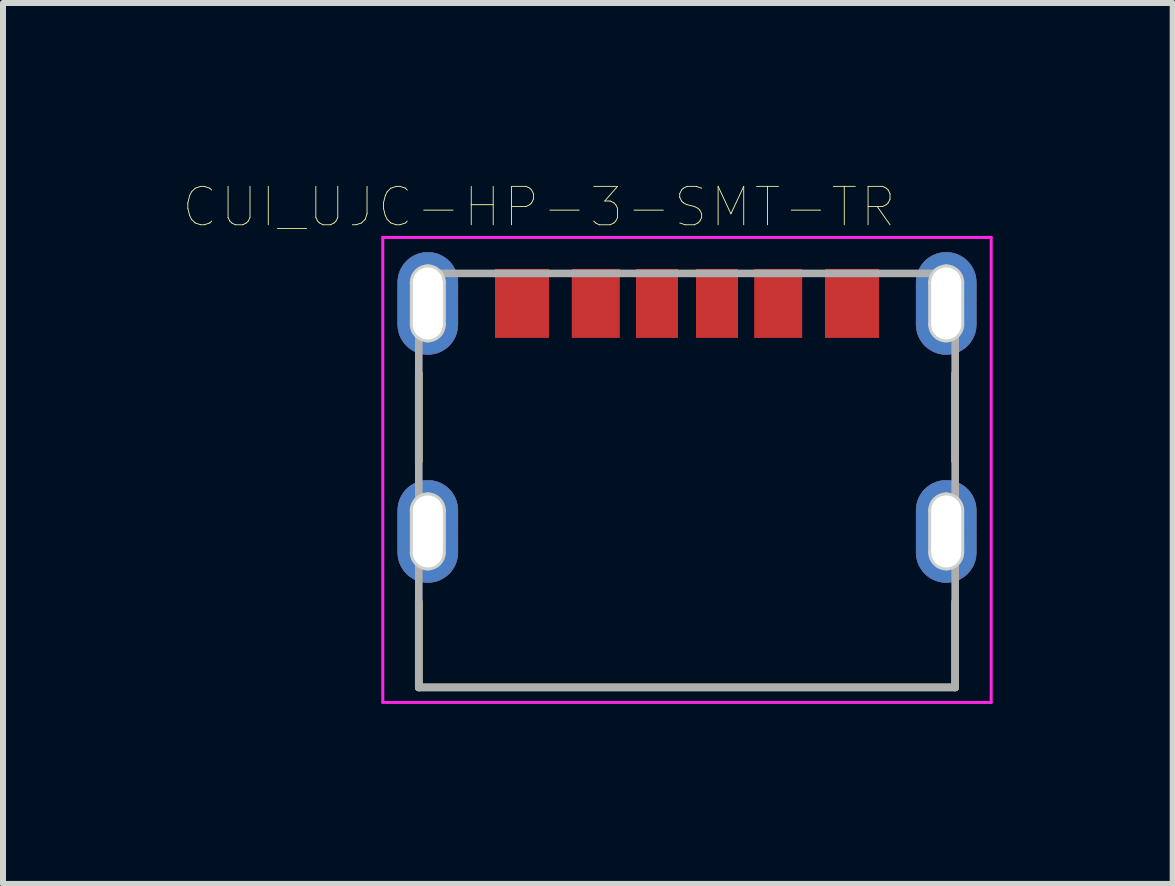
<source format=kicad_pcb>
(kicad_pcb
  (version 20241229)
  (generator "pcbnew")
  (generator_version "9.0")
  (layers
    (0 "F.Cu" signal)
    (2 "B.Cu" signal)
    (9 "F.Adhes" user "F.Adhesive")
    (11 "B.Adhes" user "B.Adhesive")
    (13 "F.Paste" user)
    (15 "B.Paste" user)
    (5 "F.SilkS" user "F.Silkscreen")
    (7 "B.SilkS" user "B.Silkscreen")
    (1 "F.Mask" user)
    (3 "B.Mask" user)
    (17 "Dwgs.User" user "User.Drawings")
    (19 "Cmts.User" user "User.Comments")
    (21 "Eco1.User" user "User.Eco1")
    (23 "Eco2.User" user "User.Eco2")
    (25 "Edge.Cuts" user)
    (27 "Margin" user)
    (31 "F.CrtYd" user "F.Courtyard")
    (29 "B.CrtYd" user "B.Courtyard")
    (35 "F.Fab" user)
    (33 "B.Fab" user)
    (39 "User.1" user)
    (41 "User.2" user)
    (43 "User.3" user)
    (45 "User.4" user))
  (footprint "CUI_UJC-HP-3-SMT-TR"
    (layer "F.Cu")
    (at 8.4 2.007)
    (property "Reference" "CUI_UJC-HP-3-SMT-TR" (at -2.468 -1.606 0) (layer "F.SilkS") (effects (font (size 0.64 0.64) (thickness 0.015))))
    (attr through_hole)
    (fp_poly (pts (xy -4.07 0) (xy -4.07 -0.35) (xy -4.07 -0.363) (xy -4.071 -0.376) (xy -4.073 -0.389) (xy -4.075 -0.402) (xy -4.079 -0.415) (xy -4.082 -0.427) (xy -4.087 -0.44) (xy -4.092 -0.452) (xy -4.097 -0.463) (xy -4.103 -0.475) (xy -4.11 -0.486) (xy -4.118 -0.497) (xy -4.126 -0.507) (xy -4.134 -0.517) (xy -4.143 -0.527) (xy -4.153 -0.536) (xy -4.163 -0.544) (xy -4.173 -0.552) (xy -4.184 -0.56) (xy -4.195 -0.567) (xy -4.207 -0.573) (xy -4.218 -0.578) (xy -4.23 -0.583) (xy -4.243 -0.588) (xy -4.255 -0.591) (xy -4.268 -0.595) (xy -4.281 -0.597) (xy -4.294 -0.599) (xy -4.307 -0.6) (xy -4.32 -0.6) (xy -4.333 -0.6) (xy -4.346 -0.599) (xy -4.359 -0.597) (xy -4.372 -0.595) (xy -4.385 -0.591) (xy -4.397 -0.588) (xy -4.41 -0.583) (xy -4.422 -0.578) (xy -4.433 -0.573) (xy -4.445 -0.567) (xy -4.456 -0.56) (xy -4.467 -0.552) (xy -4.477 -0.544) (xy -4.487 -0.536) (xy -4.497 -0.527) (xy -4.506 -0.517) (xy -4.514 -0.507) (xy -4.522 -0.497) (xy -4.53 -0.486) (xy -4.537 -0.475) (xy -4.543 -0.463) (xy -4.548 -0.452) (xy -4.553 -0.44) (xy -4.558 -0.427) (xy -4.561 -0.415) (xy -4.565 -0.402) (xy -4.567 -0.389) (xy -4.569 -0.376) (xy -4.57 -0.363) (xy -4.57 -0.35) (xy -4.57 0.35) (xy -4.57 0.363) (xy -4.569 0.376) (xy -4.567 0.389) (xy -4.565 0.402) (xy -4.561 0.415) (xy -4.558 0.427) (xy -4.553 0.44) (xy -4.548 0.452) (xy -4.543 0.463) (xy -4.537 0.475) (xy -4.53 0.486) (xy -4.522 0.497) (xy -4.514 0.507) (xy -4.506 0.517) (xy -4.497 0.527) (xy -4.487 0.536) (xy -4.477 0.544) (xy -4.467 0.552) (xy -4.456 0.56) (xy -4.445 0.567) (xy -4.433 0.573) (xy -4.422 0.578) (xy -4.41 0.583) (xy -4.397 0.588) (xy -4.385 0.591) (xy -4.372 0.595) (xy -4.359 0.597) (xy -4.346 0.599) (xy -4.333 0.6) (xy -4.32 0.6) (xy -4.307 0.6) (xy -4.294 0.599) (xy -4.281 0.597) (xy -4.268 0.595) (xy -4.255 0.591) (xy -4.243 0.588) (xy -4.23 0.583) (xy -4.218 0.578) (xy -4.207 0.573) (xy -4.195 0.567) (xy -4.184 0.56) (xy -4.173 0.552) (xy -4.163 0.544) (xy -4.153 0.536) (xy -4.143 0.527) (xy -4.134 0.517) (xy -4.126 0.507) (xy -4.118 0.497) (xy -4.11 0.486) (xy -4.103 0.475) (xy -4.097 0.463) (xy -4.092 0.452) (xy -4.087 0.44) (xy -4.082 0.427) (xy -4.079 0.415) (xy -4.075 0.402) (xy -4.073 0.389) (xy -4.071 0.376) (xy -4.07 0.363) (xy -4.07 0.35) (xy -4.07 0.01) (xy -3.82 0.01) (xy -3.82 0.35) (xy -3.821 0.376) (xy -3.823 0.402) (xy -3.826 0.428) (xy -3.831 0.454) (xy -3.837 0.479) (xy -3.844 0.505) (xy -3.853 0.529) (xy -3.863 0.553) (xy -3.874 0.577) (xy -3.887 0.6) (xy -3.901 0.622) (xy -3.915 0.644) (xy -3.931 0.665) (xy -3.948 0.685) (xy -3.966 0.704) (xy -3.985 0.722) (xy -4.005 0.739) (xy -4.026 0.755) (xy -4.048 0.769) (xy -4.07 0.783) (xy -4.093 0.796) (xy -4.117 0.807) (xy -4.141 0.817) (xy -4.165 0.826) (xy -4.191 0.833) (xy -4.216 0.839) (xy -4.242 0.844) (xy -4.268 0.847) (xy -4.294 0.849) (xy -4.32 0.85) (xy -4.346 0.849) (xy -4.372 0.847) (xy -4.398 0.844) (xy -4.424 0.839) (xy -4.449 0.833) (xy -4.475 0.826) (xy -4.499 0.817) (xy -4.523 0.807) (xy -4.547 0.796) (xy -4.57 0.783) (xy -4.592 0.769) (xy -4.614 0.755) (xy -4.635 0.739) (xy -4.655 0.722) (xy -4.674 0.704) (xy -4.692 0.685) (xy -4.709 0.665) (xy -4.725 0.644) (xy -4.739 0.622) (xy -4.753 0.6) (xy -4.766 0.577) (xy -4.777 0.553) (xy -4.787 0.529) (xy -4.796 0.505) (xy -4.803 0.479) (xy -4.809 0.454) (xy -4.814 0.428) (xy -4.817 0.402) (xy -4.819 0.376) (xy -4.82 0.35) (xy -4.82 -0.35) (xy -4.819 -0.376) (xy -4.817 -0.402) (xy -4.814 -0.428) (xy -4.809 -0.454) (xy -4.803 -0.479) (xy -4.796 -0.505) (xy -4.787 -0.529) (xy -4.777 -0.553) (xy -4.766 -0.577) (xy -4.753 -0.6) (xy -4.739 -0.622) (xy -4.725 -0.644) (xy -4.709 -0.665) (xy -4.692 -0.685) (xy -4.674 -0.704) (xy -4.655 -0.722) (xy -4.635 -0.739) (xy -4.614 -0.755) (xy -4.592 -0.769) (xy -4.57 -0.783) (xy -4.547 -0.796) (xy -4.523 -0.807) (xy -4.499 -0.817) (xy -4.475 -0.826) (xy -4.449 -0.833) (xy -4.424 -0.839) (xy -4.398 -0.844) (xy -4.372 -0.847) (xy -4.346 -0.849) (xy -4.32 -0.85) (xy -4.294 -0.849) (xy -4.268 -0.847) (xy -4.242 -0.844) (xy -4.216 -0.839) (xy -4.191 -0.833) (xy -4.165 -0.826) (xy -4.141 -0.817) (xy -4.117 -0.807) (xy -4.093 -0.796) (xy -4.07 -0.783) (xy -4.048 -0.769) (xy -4.026 -0.755) (xy -4.005 -0.739) (xy -3.985 -0.722) (xy -3.966 -0.704) (xy -3.948 -0.685) (xy -3.931 -0.665) (xy -3.915 -0.644) (xy -3.901 -0.622) (xy -3.887 -0.6) (xy -3.874 -0.577) (xy -3.863 -0.553) (xy -3.853 -0.529) (xy -3.844 -0.505) (xy -3.837 -0.479) (xy -3.831 -0.454) (xy -3.826 -0.428) (xy -3.823 -0.402) (xy -3.821 -0.376) (xy -3.82 -0.35) (xy -3.82 0) (xy -4.07 0)) (stroke (width 0.01) (type solid)) (fill yes) (layer "F.Cu"))
    (fp_poly (pts (xy -4.07 3.8) (xy -4.07 3.45) (xy -4.07 3.437) (xy -4.071 3.424) (xy -4.073 3.411) (xy -4.075 3.398) (xy -4.079 3.385) (xy -4.082 3.373) (xy -4.087 3.36) (xy -4.092 3.348) (xy -4.097 3.337) (xy -4.103 3.325) (xy -4.11 3.314) (xy -4.118 3.303) (xy -4.126 3.293) (xy -4.134 3.283) (xy -4.143 3.273) (xy -4.153 3.264) (xy -4.163 3.256) (xy -4.173 3.248) (xy -4.184 3.24) (xy -4.195 3.233) (xy -4.207 3.227) (xy -4.218 3.222) (xy -4.23 3.217) (xy -4.243 3.212) (xy -4.255 3.209) (xy -4.268 3.205) (xy -4.281 3.203) (xy -4.294 3.201) (xy -4.307 3.2) (xy -4.32 3.2) (xy -4.333 3.2) (xy -4.346 3.201) (xy -4.359 3.203) (xy -4.372 3.205) (xy -4.385 3.209) (xy -4.397 3.212) (xy -4.41 3.217) (xy -4.422 3.222) (xy -4.433 3.227) (xy -4.445 3.233) (xy -4.456 3.24) (xy -4.467 3.248) (xy -4.477 3.256) (xy -4.487 3.264) (xy -4.497 3.273) (xy -4.506 3.283) (xy -4.514 3.293) (xy -4.522 3.303) (xy -4.53 3.314) (xy -4.537 3.325) (xy -4.543 3.337) (xy -4.548 3.348) (xy -4.553 3.36) (xy -4.558 3.373) (xy -4.561 3.385) (xy -4.565 3.398) (xy -4.567 3.411) (xy -4.569 3.424) (xy -4.57 3.437) (xy -4.57 3.45) (xy -4.57 4.15) (xy -4.57 4.163) (xy -4.569 4.176) (xy -4.567 4.189) (xy -4.565 4.202) (xy -4.561 4.215) (xy -4.558 4.227) (xy -4.553 4.24) (xy -4.548 4.252) (xy -4.543 4.263) (xy -4.537 4.275) (xy -4.53 4.286) (xy -4.522 4.297) (xy -4.514 4.307) (xy -4.506 4.317) (xy -4.497 4.327) (xy -4.487 4.336) (xy -4.477 4.344) (xy -4.467 4.352) (xy -4.456 4.36) (xy -4.445 4.367) (xy -4.433 4.373) (xy -4.422 4.378) (xy -4.41 4.383) (xy -4.397 4.388) (xy -4.385 4.391) (xy -4.372 4.395) (xy -4.359 4.397) (xy -4.346 4.399) (xy -4.333 4.4) (xy -4.32 4.4) (xy -4.307 4.4) (xy -4.294 4.399) (xy -4.281 4.397) (xy -4.268 4.395) (xy -4.255 4.391) (xy -4.243 4.388) (xy -4.23 4.383) (xy -4.218 4.378) (xy -4.207 4.373) (xy -4.195 4.367) (xy -4.184 4.36) (xy -4.173 4.352) (xy -4.163 4.344) (xy -4.153 4.336) (xy -4.143 4.327) (xy -4.134 4.317) (xy -4.126 4.307) (xy -4.118 4.297) (xy -4.11 4.286) (xy -4.103 4.275) (xy -4.097 4.263) (xy -4.092 4.252) (xy -4.087 4.24) (xy -4.082 4.227) (xy -4.079 4.215) (xy -4.075 4.202) (xy -4.073 4.189) (xy -4.071 4.176) (xy -4.07 4.163) (xy -4.07 4.15) (xy -4.07 3.81) (xy -3.82 3.81) (xy -3.82 4.15) (xy -3.821 4.176) (xy -3.823 4.202) (xy -3.826 4.228) (xy -3.831 4.254) (xy -3.837 4.279) (xy -3.844 4.305) (xy -3.853 4.329) (xy -3.863 4.353) (xy -3.874 4.377) (xy -3.887 4.4) (xy -3.901 4.422) (xy -3.915 4.444) (xy -3.931 4.465) (xy -3.948 4.485) (xy -3.966 4.504) (xy -3.985 4.522) (xy -4.005 4.539) (xy -4.026 4.555) (xy -4.048 4.569) (xy -4.07 4.583) (xy -4.093 4.596) (xy -4.117 4.607) (xy -4.141 4.617) (xy -4.165 4.626) (xy -4.191 4.633) (xy -4.216 4.639) (xy -4.242 4.644) (xy -4.268 4.647) (xy -4.294 4.649) (xy -4.32 4.65) (xy -4.346 4.649) (xy -4.372 4.647) (xy -4.398 4.644) (xy -4.424 4.639) (xy -4.449 4.633) (xy -4.475 4.626) (xy -4.499 4.617) (xy -4.523 4.607) (xy -4.547 4.596) (xy -4.57 4.583) (xy -4.592 4.569) (xy -4.614 4.555) (xy -4.635 4.539) (xy -4.655 4.522) (xy -4.674 4.504) (xy -4.692 4.485) (xy -4.709 4.465) (xy -4.725 4.444) (xy -4.739 4.422) (xy -4.753 4.4) (xy -4.766 4.377) (xy -4.777 4.353) (xy -4.787 4.329) (xy -4.796 4.305) (xy -4.803 4.279) (xy -4.809 4.254) (xy -4.814 4.228) (xy -4.817 4.202) (xy -4.819 4.176) (xy -4.82 4.15) (xy -4.82 3.45) (xy -4.819 3.424) (xy -4.817 3.398) (xy -4.814 3.372) (xy -4.809 3.346) (xy -4.803 3.321) (xy -4.796 3.295) (xy -4.787 3.271) (xy -4.777 3.247) (xy -4.766 3.223) (xy -4.753 3.2) (xy -4.739 3.178) (xy -4.725 3.156) (xy -4.709 3.135) (xy -4.692 3.115) (xy -4.674 3.096) (xy -4.655 3.078) (xy -4.635 3.061) (xy -4.614 3.045) (xy -4.592 3.031) (xy -4.57 3.017) (xy -4.547 3.004) (xy -4.523 2.993) (xy -4.499 2.983) (xy -4.475 2.974) (xy -4.449 2.967) (xy -4.424 2.961) (xy -4.398 2.956) (xy -4.372 2.953) (xy -4.346 2.951) (xy -4.32 2.95) (xy -4.294 2.951) (xy -4.268 2.953) (xy -4.242 2.956) (xy -4.216 2.961) (xy -4.191 2.967) (xy -4.165 2.974) (xy -4.141 2.983) (xy -4.117 2.993) (xy -4.093 3.004) (xy -4.07 3.017) (xy -4.048 3.031) (xy -4.026 3.045) (xy -4.005 3.061) (xy -3.985 3.078) (xy -3.966 3.096) (xy -3.948 3.115) (xy -3.931 3.135) (xy -3.915 3.156) (xy -3.901 3.178) (xy -3.887 3.2) (xy -3.874 3.223) (xy -3.863 3.247) (xy -3.853 3.271) (xy -3.844 3.295) (xy -3.837 3.321) (xy -3.831 3.346) (xy -3.826 3.372) (xy -3.823 3.398) (xy -3.821 3.424) (xy -3.82 3.45) (xy -3.82 3.8) (xy -4.07 3.8)) (stroke (width 0.01) (type solid)) (fill yes) (layer "F.Cu"))
    (fp_poly (pts (xy 4.57 0) (xy 4.57 -0.35) (xy 4.57 -0.363) (xy 4.569 -0.376) (xy 4.567 -0.389) (xy 4.565 -0.402) (xy 4.561 -0.415) (xy 4.558 -0.427) (xy 4.553 -0.44) (xy 4.548 -0.452) (xy 4.543 -0.463) (xy 4.537 -0.475) (xy 4.53 -0.486) (xy 4.522 -0.497) (xy 4.514 -0.507) (xy 4.506 -0.517) (xy 4.497 -0.527) (xy 4.487 -0.536) (xy 4.477 -0.544) (xy 4.467 -0.552) (xy 4.456 -0.56) (xy 4.445 -0.567) (xy 4.433 -0.573) (xy 4.422 -0.578) (xy 4.41 -0.583) (xy 4.397 -0.588) (xy 4.385 -0.591) (xy 4.372 -0.595) (xy 4.359 -0.597) (xy 4.346 -0.599) (xy 4.333 -0.6) (xy 4.32 -0.6) (xy 4.307 -0.6) (xy 4.294 -0.599) (xy 4.281 -0.597) (xy 4.268 -0.595) (xy 4.255 -0.591) (xy 4.243 -0.588) (xy 4.23 -0.583) (xy 4.218 -0.578) (xy 4.207 -0.573) (xy 4.195 -0.567) (xy 4.184 -0.56) (xy 4.173 -0.552) (xy 4.163 -0.544) (xy 4.153 -0.536) (xy 4.143 -0.527) (xy 4.134 -0.517) (xy 4.126 -0.507) (xy 4.118 -0.497) (xy 4.11 -0.486) (xy 4.103 -0.475) (xy 4.097 -0.463) (xy 4.092 -0.452) (xy 4.087 -0.44) (xy 4.082 -0.427) (xy 4.079 -0.415) (xy 4.075 -0.402) (xy 4.073 -0.389) (xy 4.071 -0.376) (xy 4.07 -0.363) (xy 4.07 -0.35) (xy 4.07 0.35) (xy 4.07 0.363) (xy 4.071 0.376) (xy 4.073 0.389) (xy 4.075 0.402) (xy 4.079 0.415) (xy 4.082 0.427) (xy 4.087 0.44) (xy 4.092 0.452) (xy 4.097 0.463) (xy 4.103 0.475) (xy 4.11 0.486) (xy 4.118 0.497) (xy 4.126 0.507) (xy 4.134 0.517) (xy 4.143 0.527) (xy 4.153 0.536) (xy 4.163 0.544) (xy 4.173 0.552) (xy 4.184 0.56) (xy 4.195 0.567) (xy 4.207 0.573) (xy 4.218 0.578) (xy 4.23 0.583) (xy 4.243 0.588) (xy 4.255 0.591) (xy 4.268 0.595) (xy 4.281 0.597) (xy 4.294 0.599) (xy 4.307 0.6) (xy 4.32 0.6) (xy 4.333 0.6) (xy 4.346 0.599) (xy 4.359 0.597) (xy 4.372 0.595) (xy 4.385 0.591) (xy 4.397 0.588) (xy 4.41 0.583) (xy 4.422 0.578) (xy 4.433 0.573) (xy 4.445 0.567) (xy 4.456 0.56) (xy 4.467 0.552) (xy 4.477 0.544) (xy 4.487 0.536) (xy 4.497 0.527) (xy 4.506 0.517) (xy 4.514 0.507) (xy 4.522 0.497) (xy 4.53 0.486) (xy 4.537 0.475) (xy 4.543 0.463) (xy 4.548 0.452) (xy 4.553 0.44) (xy 4.558 0.427) (xy 4.561 0.415) (xy 4.565 0.402) (xy 4.567 0.389) (xy 4.569 0.376) (xy 4.57 0.363) (xy 4.57 0.35) (xy 4.57 0.01) (xy 4.82 0.01) (xy 4.82 0.35) (xy 4.819 0.376) (xy 4.817 0.402) (xy 4.814 0.428) (xy 4.809 0.454) (xy 4.803 0.479) (xy 4.796 0.505) (xy 4.787 0.529) (xy 4.777 0.553) (xy 4.766 0.577) (xy 4.753 0.6) (xy 4.739 0.622) (xy 4.725 0.644) (xy 4.709 0.665) (xy 4.692 0.685) (xy 4.674 0.704) (xy 4.655 0.722) (xy 4.635 0.739) (xy 4.614 0.755) (xy 4.592 0.769) (xy 4.57 0.783) (xy 4.547 0.796) (xy 4.523 0.807) (xy 4.499 0.817) (xy 4.475 0.826) (xy 4.449 0.833) (xy 4.424 0.839) (xy 4.398 0.844) (xy 4.372 0.847) (xy 4.346 0.849) (xy 4.32 0.85) (xy 4.294 0.849) (xy 4.268 0.847) (xy 4.242 0.844) (xy 4.216 0.839) (xy 4.191 0.833) (xy 4.165 0.826) (xy 4.141 0.817) (xy 4.117 0.807) (xy 4.093 0.796) (xy 4.07 0.783) (xy 4.048 0.769) (xy 4.026 0.755) (xy 4.005 0.739) (xy 3.985 0.722) (xy 3.966 0.704) (xy 3.948 0.685) (xy 3.931 0.665) (xy 3.915 0.644) (xy 3.901 0.622) (xy 3.887 0.6) (xy 3.874 0.577) (xy 3.863 0.553) (xy 3.853 0.529) (xy 3.844 0.505) (xy 3.837 0.479) (xy 3.831 0.454) (xy 3.826 0.428) (xy 3.823 0.402) (xy 3.821 0.376) (xy 3.82 0.35) (xy 3.82 -0.35) (xy 3.821 -0.376) (xy 3.823 -0.402) (xy 3.826 -0.428) (xy 3.831 -0.454) (xy 3.837 -0.479) (xy 3.844 -0.505) (xy 3.853 -0.529) (xy 3.863 -0.553) (xy 3.874 -0.577) (xy 3.887 -0.6) (xy 3.901 -0.622) (xy 3.915 -0.644) (xy 3.931 -0.665) (xy 3.948 -0.685) (xy 3.966 -0.704) (xy 3.985 -0.722) (xy 4.005 -0.739) (xy 4.026 -0.755) (xy 4.048 -0.769) (xy 4.07 -0.783) (xy 4.093 -0.796) (xy 4.117 -0.807) (xy 4.141 -0.817) (xy 4.165 -0.826) (xy 4.191 -0.833) (xy 4.216 -0.839) (xy 4.242 -0.844) (xy 4.268 -0.847) (xy 4.294 -0.849) (xy 4.32 -0.85) (xy 4.346 -0.849) (xy 4.372 -0.847) (xy 4.398 -0.844) (xy 4.424 -0.839) (xy 4.449 -0.833) (xy 4.475 -0.826) (xy 4.499 -0.817) (xy 4.523 -0.807) (xy 4.547 -0.796) (xy 4.57 -0.783) (xy 4.592 -0.769) (xy 4.614 -0.755) (xy 4.635 -0.739) (xy 4.655 -0.722) (xy 4.674 -0.704) (xy 4.692 -0.685) (xy 4.709 -0.665) (xy 4.725 -0.644) (xy 4.739 -0.622) (xy 4.753 -0.6) (xy 4.766 -0.577) (xy 4.777 -0.553) (xy 4.787 -0.529) (xy 4.796 -0.505) (xy 4.803 -0.479) (xy 4.809 -0.454) (xy 4.814 -0.428) (xy 4.817 -0.402) (xy 4.819 -0.376) (xy 4.82 -0.35) (xy 4.82 0) (xy 4.57 0)) (stroke (width 0.01) (type solid)) (fill yes) (layer "F.Cu"))
    (fp_poly (pts (xy 4.57 3.8) (xy 4.57 3.45) (xy 4.57 3.437) (xy 4.569 3.424) (xy 4.567 3.411) (xy 4.565 3.398) (xy 4.561 3.385) (xy 4.558 3.373) (xy 4.553 3.36) (xy 4.548 3.348) (xy 4.543 3.337) (xy 4.537 3.325) (xy 4.53 3.314) (xy 4.522 3.303) (xy 4.514 3.293) (xy 4.506 3.283) (xy 4.497 3.273) (xy 4.487 3.264) (xy 4.477 3.256) (xy 4.467 3.248) (xy 4.456 3.24) (xy 4.445 3.233) (xy 4.433 3.227) (xy 4.422 3.222) (xy 4.41 3.217) (xy 4.397 3.212) (xy 4.385 3.209) (xy 4.372 3.205) (xy 4.359 3.203) (xy 4.346 3.201) (xy 4.333 3.2) (xy 4.32 3.2) (xy 4.307 3.2) (xy 4.294 3.201) (xy 4.281 3.203) (xy 4.268 3.205) (xy 4.255 3.209) (xy 4.243 3.212) (xy 4.23 3.217) (xy 4.218 3.222) (xy 4.207 3.227) (xy 4.195 3.233) (xy 4.184 3.24) (xy 4.173 3.248) (xy 4.163 3.256) (xy 4.153 3.264) (xy 4.143 3.273) (xy 4.134 3.283) (xy 4.126 3.293) (xy 4.118 3.303) (xy 4.11 3.314) (xy 4.103 3.325) (xy 4.097 3.337) (xy 4.092 3.348) (xy 4.087 3.36) (xy 4.082 3.373) (xy 4.079 3.385) (xy 4.075 3.398) (xy 4.073 3.411) (xy 4.071 3.424) (xy 4.07 3.437) (xy 4.07 3.45) (xy 4.07 4.15) (xy 4.07 4.163) (xy 4.071 4.176) (xy 4.073 4.189) (xy 4.075 4.202) (xy 4.079 4.215) (xy 4.082 4.227) (xy 4.087 4.24) (xy 4.092 4.252) (xy 4.097 4.263) (xy 4.103 4.275) (xy 4.11 4.286) (xy 4.118 4.297) (xy 4.126 4.307) (xy 4.134 4.317) (xy 4.143 4.327) (xy 4.153 4.336) (xy 4.163 4.344) (xy 4.173 4.352) (xy 4.184 4.36) (xy 4.195 4.367) (xy 4.207 4.373) (xy 4.218 4.378) (xy 4.23 4.383) (xy 4.243 4.388) (xy 4.255 4.391) (xy 4.268 4.395) (xy 4.281 4.397) (xy 4.294 4.399) (xy 4.307 4.4) (xy 4.32 4.4) (xy 4.333 4.4) (xy 4.346 4.399) (xy 4.359 4.397) (xy 4.372 4.395) (xy 4.385 4.391) (xy 4.397 4.388) (xy 4.41 4.383) (xy 4.422 4.378) (xy 4.433 4.373) (xy 4.445 4.367) (xy 4.456 4.36) (xy 4.467 4.352) (xy 4.477 4.344) (xy 4.487 4.336) (xy 4.497 4.327) (xy 4.506 4.317) (xy 4.514 4.307) (xy 4.522 4.297) (xy 4.53 4.286) (xy 4.537 4.275) (xy 4.543 4.263) (xy 4.548 4.252) (xy 4.553 4.24) (xy 4.558 4.227) (xy 4.561 4.215) (xy 4.565 4.202) (xy 4.567 4.189) (xy 4.569 4.176) (xy 4.57 4.163) (xy 4.57 4.15) (xy 4.57 3.81) (xy 4.82 3.81) (xy 4.82 4.15) (xy 4.819 4.176) (xy 4.817 4.202) (xy 4.814 4.228) (xy 4.809 4.254) (xy 4.803 4.279) (xy 4.796 4.305) (xy 4.787 4.329) (xy 4.777 4.353) (xy 4.766 4.377) (xy 4.753 4.4) (xy 4.739 4.422) (xy 4.725 4.444) (xy 4.709 4.465) (xy 4.692 4.485) (xy 4.674 4.504) (xy 4.655 4.522) (xy 4.635 4.539) (xy 4.614 4.555) (xy 4.592 4.569) (xy 4.57 4.583) (xy 4.547 4.596) (xy 4.523 4.607) (xy 4.499 4.617) (xy 4.475 4.626) (xy 4.449 4.633) (xy 4.424 4.639) (xy 4.398 4.644) (xy 4.372 4.647) (xy 4.346 4.649) (xy 4.32 4.65) (xy 4.294 4.649) (xy 4.268 4.647) (xy 4.242 4.644) (xy 4.216 4.639) (xy 4.191 4.633) (xy 4.165 4.626) (xy 4.141 4.617) (xy 4.117 4.607) (xy 4.093 4.596) (xy 4.07 4.583) (xy 4.048 4.569) (xy 4.026 4.555) (xy 4.005 4.539) (xy 3.985 4.522) (xy 3.966 4.504) (xy 3.948 4.485) (xy 3.931 4.465) (xy 3.915 4.444) (xy 3.901 4.422) (xy 3.887 4.4) (xy 3.874 4.377) (xy 3.863 4.353) (xy 3.853 4.329) (xy 3.844 4.305) (xy 3.837 4.279) (xy 3.831 4.254) (xy 3.826 4.228) (xy 3.823 4.202) (xy 3.821 4.176) (xy 3.82 4.15) (xy 3.82 3.45) (xy 3.821 3.424) (xy 3.823 3.398) (xy 3.826 3.372) (xy 3.831 3.346) (xy 3.837 3.321) (xy 3.844 3.295) (xy 3.853 3.271) (xy 3.863 3.247) (xy 3.874 3.223) (xy 3.887 3.2) (xy 3.901 3.178) (xy 3.915 3.156) (xy 3.931 3.135) (xy 3.948 3.115) (xy 3.966 3.096) (xy 3.985 3.078) (xy 4.005 3.061) (xy 4.026 3.045) (xy 4.048 3.031) (xy 4.07 3.017) (xy 4.093 3.004) (xy 4.117 2.993) (xy 4.141 2.983) (xy 4.165 2.974) (xy 4.191 2.967) (xy 4.216 2.961) (xy 4.242 2.956) (xy 4.268 2.953) (xy 4.294 2.951) (xy 4.32 2.95) (xy 4.346 2.951) (xy 4.372 2.953) (xy 4.398 2.956) (xy 4.424 2.961) (xy 4.449 2.967) (xy 4.475 2.974) (xy 4.499 2.983) (xy 4.523 2.993) (xy 4.547 3.004) (xy 4.57 3.017) (xy 4.592 3.031) (xy 4.614 3.045) (xy 4.635 3.061) (xy 4.655 3.078) (xy 4.674 3.096) (xy 4.692 3.115) (xy 4.709 3.135) (xy 4.725 3.156) (xy 4.739 3.178) (xy 4.753 3.2) (xy 4.766 3.223) (xy 4.777 3.247) (xy 4.787 3.271) (xy 4.796 3.295) (xy 4.803 3.321) (xy 4.809 3.346) (xy 4.814 3.372) (xy 4.817 3.398) (xy 4.819 3.424) (xy 4.82 3.45) (xy 4.82 3.8) (xy 4.57 3.8)) (stroke (width 0.01) (type solid)) (fill yes) (layer "F.Cu"))
    (fp_poly (pts (xy -4.32 0) (xy -4.32 0.01) (xy -3.72 0.01) (xy -3.72 0.35) (xy -3.721 0.381) (xy -3.723 0.413) (xy -3.727 0.444) (xy -3.733 0.475) (xy -3.74 0.505) (xy -3.749 0.535) (xy -3.76 0.565) (xy -3.772 0.594) (xy -3.785 0.622) (xy -3.8 0.65) (xy -3.817 0.677) (xy -3.835 0.703) (xy -3.854 0.728) (xy -3.874 0.751) (xy -3.896 0.774) (xy -3.919 0.796) (xy -3.942 0.816) (xy -3.967 0.835) (xy -3.993 0.853) (xy -4.02 0.87) (xy -4.048 0.885) (xy -4.076 0.898) (xy -4.105 0.91) (xy -4.135 0.921) (xy -4.165 0.93) (xy -4.195 0.937) (xy -4.226 0.943) (xy -4.257 0.947) (xy -4.289 0.949) (xy -4.32 0.95) (xy -4.351 0.949) (xy -4.383 0.947) (xy -4.414 0.943) (xy -4.445 0.937) (xy -4.475 0.93) (xy -4.505 0.921) (xy -4.535 0.91) (xy -4.564 0.898) (xy -4.592 0.885) (xy -4.62 0.87) (xy -4.647 0.853) (xy -4.673 0.835) (xy -4.698 0.816) (xy -4.721 0.796) (xy -4.744 0.774) (xy -4.766 0.751) (xy -4.786 0.728) (xy -4.805 0.703) (xy -4.823 0.677) (xy -4.84 0.65) (xy -4.855 0.622) (xy -4.868 0.594) (xy -4.88 0.565) (xy -4.891 0.535) (xy -4.9 0.505) (xy -4.907 0.475) (xy -4.913 0.444) (xy -4.917 0.413) (xy -4.919 0.381) (xy -4.92 0.35) (xy -4.92 -0.35) (xy -4.919 -0.381) (xy -4.917 -0.413) (xy -4.913 -0.444) (xy -4.907 -0.475) (xy -4.9 -0.505) (xy -4.891 -0.535) (xy -4.88 -0.565) (xy -4.868 -0.594) (xy -4.855 -0.622) (xy -4.84 -0.65) (xy -4.823 -0.677) (xy -4.805 -0.703) (xy -4.786 -0.728) (xy -4.766 -0.751) (xy -4.744 -0.774) (xy -4.721 -0.796) (xy -4.698 -0.816) (xy -4.673 -0.835) (xy -4.647 -0.853) (xy -4.62 -0.87) (xy -4.592 -0.885) (xy -4.564 -0.898) (xy -4.535 -0.91) (xy -4.505 -0.921) (xy -4.475 -0.93) (xy -4.445 -0.937) (xy -4.414 -0.943) (xy -4.383 -0.947) (xy -4.351 -0.949) (xy -4.32 -0.95) (xy -4.289 -0.949) (xy -4.257 -0.947) (xy -4.226 -0.943) (xy -4.195 -0.937) (xy -4.165 -0.93) (xy -4.135 -0.921) (xy -4.105 -0.91) (xy -4.076 -0.898) (xy -4.048 -0.885) (xy -4.02 -0.87) (xy -3.993 -0.853) (xy -3.967 -0.835) (xy -3.942 -0.816) (xy -3.919 -0.796) (xy -3.896 -0.774) (xy -3.874 -0.751) (xy -3.854 -0.728) (xy -3.835 -0.703) (xy -3.817 -0.677) (xy -3.8 -0.65) (xy -3.785 -0.622) (xy -3.772 -0.594) (xy -3.76 -0.565) (xy -3.749 -0.535) (xy -3.74 -0.505) (xy -3.733 -0.475) (xy -3.727 -0.444) (xy -3.723 -0.413) (xy -3.721 -0.381) (xy -3.72 -0.35) (xy -3.72 0) (xy -4.32 0)) (stroke (width 0.01) (type solid)) (fill yes) (layer "F.Mask"))
    (fp_poly (pts (xy -4.32 3.8) (xy -4.32 3.81) (xy -3.72 3.81) (xy -3.72 4.15) (xy -3.721 4.181) (xy -3.723 4.213) (xy -3.727 4.244) (xy -3.733 4.275) (xy -3.74 4.305) (xy -3.749 4.335) (xy -3.76 4.365) (xy -3.772 4.394) (xy -3.785 4.422) (xy -3.8 4.45) (xy -3.817 4.477) (xy -3.835 4.503) (xy -3.854 4.528) (xy -3.874 4.551) (xy -3.896 4.574) (xy -3.919 4.596) (xy -3.942 4.616) (xy -3.967 4.635) (xy -3.993 4.653) (xy -4.02 4.67) (xy -4.048 4.685) (xy -4.076 4.698) (xy -4.105 4.71) (xy -4.135 4.721) (xy -4.165 4.73) (xy -4.195 4.737) (xy -4.226 4.743) (xy -4.257 4.747) (xy -4.289 4.749) (xy -4.32 4.75) (xy -4.351 4.749) (xy -4.383 4.747) (xy -4.414 4.743) (xy -4.445 4.737) (xy -4.475 4.73) (xy -4.505 4.721) (xy -4.535 4.71) (xy -4.564 4.698) (xy -4.592 4.685) (xy -4.62 4.67) (xy -4.647 4.653) (xy -4.673 4.635) (xy -4.698 4.616) (xy -4.721 4.596) (xy -4.744 4.574) (xy -4.766 4.551) (xy -4.786 4.528) (xy -4.805 4.503) (xy -4.823 4.477) (xy -4.84 4.45) (xy -4.855 4.422) (xy -4.868 4.394) (xy -4.88 4.365) (xy -4.891 4.335) (xy -4.9 4.305) (xy -4.907 4.275) (xy -4.913 4.244) (xy -4.917 4.213) (xy -4.919 4.181) (xy -4.92 4.15) (xy -4.92 3.45) (xy -4.919 3.419) (xy -4.917 3.387) (xy -4.913 3.356) (xy -4.907 3.325) (xy -4.9 3.295) (xy -4.891 3.265) (xy -4.88 3.235) (xy -4.868 3.206) (xy -4.855 3.178) (xy -4.84 3.15) (xy -4.823 3.123) (xy -4.805 3.097) (xy -4.786 3.072) (xy -4.766 3.049) (xy -4.744 3.026) (xy -4.721 3.004) (xy -4.698 2.984) (xy -4.673 2.965) (xy -4.647 2.947) (xy -4.62 2.93) (xy -4.592 2.915) (xy -4.564 2.902) (xy -4.535 2.89) (xy -4.505 2.879) (xy -4.475 2.87) (xy -4.445 2.863) (xy -4.414 2.857) (xy -4.383 2.853) (xy -4.351 2.851) (xy -4.32 2.85) (xy -4.289 2.851) (xy -4.257 2.853) (xy -4.226 2.857) (xy -4.195 2.863) (xy -4.165 2.87) (xy -4.135 2.879) (xy -4.105 2.89) (xy -4.076 2.902) (xy -4.048 2.915) (xy -4.02 2.93) (xy -3.993 2.947) (xy -3.967 2.965) (xy -3.942 2.984) (xy -3.919 3.004) (xy -3.896 3.026) (xy -3.874 3.049) (xy -3.854 3.072) (xy -3.835 3.097) (xy -3.817 3.123) (xy -3.8 3.15) (xy -3.785 3.178) (xy -3.772 3.206) (xy -3.76 3.235) (xy -3.749 3.265) (xy -3.74 3.295) (xy -3.733 3.325) (xy -3.727 3.356) (xy -3.723 3.387) (xy -3.721 3.419) (xy -3.72 3.45) (xy -3.72 3.8) (xy -4.32 3.8)) (stroke (width 0.01) (type solid)) (fill yes) (layer "F.Mask"))
    (fp_poly (pts (xy 4.32 0) (xy 4.32 0.01) (xy 4.92 0.01) (xy 4.92 0.35) (xy 4.919 0.381) (xy 4.917 0.413) (xy 4.913 0.444) (xy 4.907 0.475) (xy 4.9 0.505) (xy 4.891 0.535) (xy 4.88 0.565) (xy 4.868 0.594) (xy 4.855 0.622) (xy 4.84 0.65) (xy 4.823 0.677) (xy 4.805 0.703) (xy 4.786 0.728) (xy 4.766 0.751) (xy 4.744 0.774) (xy 4.721 0.796) (xy 4.698 0.816) (xy 4.673 0.835) (xy 4.647 0.853) (xy 4.62 0.87) (xy 4.592 0.885) (xy 4.564 0.898) (xy 4.535 0.91) (xy 4.505 0.921) (xy 4.475 0.93) (xy 4.445 0.937) (xy 4.414 0.943) (xy 4.383 0.947) (xy 4.351 0.949) (xy 4.32 0.95) (xy 4.289 0.949) (xy 4.257 0.947) (xy 4.226 0.943) (xy 4.195 0.937) (xy 4.165 0.93) (xy 4.135 0.921) (xy 4.105 0.91) (xy 4.076 0.898) (xy 4.048 0.885) (xy 4.02 0.87) (xy 3.993 0.853) (xy 3.967 0.835) (xy 3.942 0.816) (xy 3.919 0.796) (xy 3.896 0.774) (xy 3.874 0.751) (xy 3.854 0.728) (xy 3.835 0.703) (xy 3.817 0.677) (xy 3.8 0.65) (xy 3.785 0.622) (xy 3.772 0.594) (xy 3.76 0.565) (xy 3.749 0.535) (xy 3.74 0.505) (xy 3.733 0.475) (xy 3.727 0.444) (xy 3.723 0.413) (xy 3.721 0.381) (xy 3.72 0.35) (xy 3.72 -0.35) (xy 3.721 -0.381) (xy 3.723 -0.413) (xy 3.727 -0.444) (xy 3.733 -0.475) (xy 3.74 -0.505) (xy 3.749 -0.535) (xy 3.76 -0.565) (xy 3.772 -0.594) (xy 3.785 -0.622) (xy 3.8 -0.65) (xy 3.817 -0.677) (xy 3.835 -0.703) (xy 3.854 -0.728) (xy 3.874 -0.751) (xy 3.896 -0.774) (xy 3.919 -0.796) (xy 3.942 -0.816) (xy 3.967 -0.835) (xy 3.993 -0.853) (xy 4.02 -0.87) (xy 4.048 -0.885) (xy 4.076 -0.898) (xy 4.105 -0.91) (xy 4.135 -0.921) (xy 4.165 -0.93) (xy 4.195 -0.937) (xy 4.226 -0.943) (xy 4.257 -0.947) (xy 4.289 -0.949) (xy 4.32 -0.95) (xy 4.351 -0.949) (xy 4.383 -0.947) (xy 4.414 -0.943) (xy 4.445 -0.937) (xy 4.475 -0.93) (xy 4.505 -0.921) (xy 4.535 -0.91) (xy 4.564 -0.898) (xy 4.592 -0.885) (xy 4.62 -0.87) (xy 4.647 -0.853) (xy 4.673 -0.835) (xy 4.698 -0.816) (xy 4.721 -0.796) (xy 4.744 -0.774) (xy 4.766 -0.751) (xy 4.786 -0.728) (xy 4.805 -0.703) (xy 4.823 -0.677) (xy 4.84 -0.65) (xy 4.855 -0.622) (xy 4.868 -0.594) (xy 4.88 -0.565) (xy 4.891 -0.535) (xy 4.9 -0.505) (xy 4.907 -0.475) (xy 4.913 -0.444) (xy 4.917 -0.413) (xy 4.919 -0.381) (xy 4.92 -0.35) (xy 4.92 0) (xy 4.32 0)) (stroke (width 0.01) (type solid)) (fill yes) (layer "F.Mask"))
    (fp_poly (pts (xy 4.32 3.8) (xy 4.32 3.81) (xy 4.92 3.81) (xy 4.92 4.15) (xy 4.919 4.181) (xy 4.917 4.213) (xy 4.913 4.244) (xy 4.907 4.275) (xy 4.9 4.305) (xy 4.891 4.335) (xy 4.88 4.365) (xy 4.868 4.394) (xy 4.855 4.422) (xy 4.84 4.45) (xy 4.823 4.477) (xy 4.805 4.503) (xy 4.786 4.528) (xy 4.766 4.551) (xy 4.744 4.574) (xy 4.721 4.596) (xy 4.698 4.616) (xy 4.673 4.635) (xy 4.647 4.653) (xy 4.62 4.67) (xy 4.592 4.685) (xy 4.564 4.698) (xy 4.535 4.71) (xy 4.505 4.721) (xy 4.475 4.73) (xy 4.445 4.737) (xy 4.414 4.743) (xy 4.383 4.747) (xy 4.351 4.749) (xy 4.32 4.75) (xy 4.289 4.749) (xy 4.257 4.747) (xy 4.226 4.743) (xy 4.195 4.737) (xy 4.165 4.73) (xy 4.135 4.721) (xy 4.105 4.71) (xy 4.076 4.698) (xy 4.048 4.685) (xy 4.02 4.67) (xy 3.993 4.653) (xy 3.967 4.635) (xy 3.942 4.616) (xy 3.919 4.596) (xy 3.896 4.574) (xy 3.874 4.551) (xy 3.854 4.528) (xy 3.835 4.503) (xy 3.817 4.477) (xy 3.8 4.45) (xy 3.785 4.422) (xy 3.772 4.394) (xy 3.76 4.365) (xy 3.749 4.335) (xy 3.74 4.305) (xy 3.733 4.275) (xy 3.727 4.244) (xy 3.723 4.213) (xy 3.721 4.181) (xy 3.72 4.15) (xy 3.72 3.45) (xy 3.721 3.419) (xy 3.723 3.387) (xy 3.727 3.356) (xy 3.733 3.325) (xy 3.74 3.295) (xy 3.749 3.265) (xy 3.76 3.235) (xy 3.772 3.206) (xy 3.785 3.178) (xy 3.8 3.15) (xy 3.817 3.123) (xy 3.835 3.097) (xy 3.854 3.072) (xy 3.874 3.049) (xy 3.896 3.026) (xy 3.919 3.004) (xy 3.942 2.984) (xy 3.967 2.965) (xy 3.993 2.947) (xy 4.02 2.93) (xy 4.048 2.915) (xy 4.076 2.902) (xy 4.105 2.89) (xy 4.135 2.879) (xy 4.165 2.87) (xy 4.195 2.863) (xy 4.226 2.857) (xy 4.257 2.853) (xy 4.289 2.851) (xy 4.32 2.85) (xy 4.351 2.851) (xy 4.383 2.853) (xy 4.414 2.857) (xy 4.445 2.863) (xy 4.475 2.87) (xy 4.505 2.879) (xy 4.535 2.89) (xy 4.564 2.902) (xy 4.592 2.915) (xy 4.62 2.93) (xy 4.647 2.947) (xy 4.673 2.965) (xy 4.698 2.984) (xy 4.721 3.004) (xy 4.744 3.026) (xy 4.766 3.049) (xy 4.786 3.072) (xy 4.805 3.097) (xy 4.823 3.123) (xy 4.84 3.15) (xy 4.855 3.178) (xy 4.868 3.206) (xy 4.88 3.235) (xy 4.891 3.265) (xy 4.9 3.295) (xy 4.907 3.325) (xy 4.913 3.356) (xy 4.917 3.387) (xy 4.919 3.419) (xy 4.92 3.45) (xy 4.92 3.8) (xy 4.32 3.8)) (stroke (width 0.01) (type solid)) (fill yes) (layer "F.Mask"))
    (fp_poly (pts (xy -4.07 0) (xy -4.07 -0.35) (xy -4.07 -0.363) (xy -4.071 -0.376) (xy -4.073 -0.389) (xy -4.075 -0.402) (xy -4.079 -0.415) (xy -4.082 -0.427) (xy -4.087 -0.44) (xy -4.092 -0.452) (xy -4.097 -0.463) (xy -4.103 -0.475) (xy -4.11 -0.486) (xy -4.118 -0.497) (xy -4.126 -0.507) (xy -4.134 -0.517) (xy -4.143 -0.527) (xy -4.153 -0.536) (xy -4.163 -0.544) (xy -4.173 -0.552) (xy -4.184 -0.56) (xy -4.195 -0.567) (xy -4.207 -0.573) (xy -4.218 -0.578) (xy -4.23 -0.583) (xy -4.243 -0.588) (xy -4.255 -0.591) (xy -4.268 -0.595) (xy -4.281 -0.597) (xy -4.294 -0.599) (xy -4.307 -0.6) (xy -4.32 -0.6) (xy -4.333 -0.6) (xy -4.346 -0.599) (xy -4.359 -0.597) (xy -4.372 -0.595) (xy -4.385 -0.591) (xy -4.397 -0.588) (xy -4.41 -0.583) (xy -4.422 -0.578) (xy -4.433 -0.573) (xy -4.445 -0.567) (xy -4.456 -0.56) (xy -4.467 -0.552) (xy -4.477 -0.544) (xy -4.487 -0.536) (xy -4.497 -0.527) (xy -4.506 -0.517) (xy -4.514 -0.507) (xy -4.522 -0.497) (xy -4.53 -0.486) (xy -4.537 -0.475) (xy -4.543 -0.463) (xy -4.548 -0.452) (xy -4.553 -0.44) (xy -4.558 -0.427) (xy -4.561 -0.415) (xy -4.565 -0.402) (xy -4.567 -0.389) (xy -4.569 -0.376) (xy -4.57 -0.363) (xy -4.57 -0.35) (xy -4.57 0.35) (xy -4.57 0.363) (xy -4.569 0.376) (xy -4.567 0.389) (xy -4.565 0.402) (xy -4.561 0.415) (xy -4.558 0.427) (xy -4.553 0.44) (xy -4.548 0.452) (xy -4.543 0.463) (xy -4.537 0.475) (xy -4.53 0.486) (xy -4.522 0.497) (xy -4.514 0.507) (xy -4.506 0.517) (xy -4.497 0.527) (xy -4.487 0.536) (xy -4.477 0.544) (xy -4.467 0.552) (xy -4.456 0.56) (xy -4.445 0.567) (xy -4.433 0.573) (xy -4.422 0.578) (xy -4.41 0.583) (xy -4.397 0.588) (xy -4.385 0.591) (xy -4.372 0.595) (xy -4.359 0.597) (xy -4.346 0.599) (xy -4.333 0.6) (xy -4.32 0.6) (xy -4.307 0.6) (xy -4.294 0.599) (xy -4.281 0.597) (xy -4.268 0.595) (xy -4.255 0.591) (xy -4.243 0.588) (xy -4.23 0.583) (xy -4.218 0.578) (xy -4.207 0.573) (xy -4.195 0.567) (xy -4.184 0.56) (xy -4.173 0.552) (xy -4.163 0.544) (xy -4.153 0.536) (xy -4.143 0.527) (xy -4.134 0.517) (xy -4.126 0.507) (xy -4.118 0.497) (xy -4.11 0.486) (xy -4.103 0.475) (xy -4.097 0.463) (xy -4.092 0.452) (xy -4.087 0.44) (xy -4.082 0.427) (xy -4.079 0.415) (xy -4.075 0.402) (xy -4.073 0.389) (xy -4.071 0.376) (xy -4.07 0.363) (xy -4.07 0.35) (xy -4.07 0.01) (xy -3.82 0.01) (xy -3.82 0.35) (xy -3.821 0.376) (xy -3.823 0.402) (xy -3.826 0.428) (xy -3.831 0.454) (xy -3.837 0.479) (xy -3.844 0.505) (xy -3.853 0.529) (xy -3.863 0.553) (xy -3.874 0.577) (xy -3.887 0.6) (xy -3.901 0.622) (xy -3.915 0.644) (xy -3.931 0.665) (xy -3.948 0.685) (xy -3.966 0.704) (xy -3.985 0.722) (xy -4.005 0.739) (xy -4.026 0.755) (xy -4.048 0.769) (xy -4.07 0.783) (xy -4.093 0.796) (xy -4.117 0.807) (xy -4.141 0.817) (xy -4.165 0.826) (xy -4.191 0.833) (xy -4.216 0.839) (xy -4.242 0.844) (xy -4.268 0.847) (xy -4.294 0.849) (xy -4.32 0.85) (xy -4.346 0.849) (xy -4.372 0.847) (xy -4.398 0.844) (xy -4.424 0.839) (xy -4.449 0.833) (xy -4.475 0.826) (xy -4.499 0.817) (xy -4.523 0.807) (xy -4.547 0.796) (xy -4.57 0.783) (xy -4.592 0.769) (xy -4.614 0.755) (xy -4.635 0.739) (xy -4.655 0.722) (xy -4.674 0.704) (xy -4.692 0.685) (xy -4.709 0.665) (xy -4.725 0.644) (xy -4.739 0.622) (xy -4.753 0.6) (xy -4.766 0.577) (xy -4.777 0.553) (xy -4.787 0.529) (xy -4.796 0.505) (xy -4.803 0.479) (xy -4.809 0.454) (xy -4.814 0.428) (xy -4.817 0.402) (xy -4.819 0.376) (xy -4.82 0.35) (xy -4.82 -0.35) (xy -4.819 -0.376) (xy -4.817 -0.402) (xy -4.814 -0.428) (xy -4.809 -0.454) (xy -4.803 -0.479) (xy -4.796 -0.505) (xy -4.787 -0.529) (xy -4.777 -0.553) (xy -4.766 -0.577) (xy -4.753 -0.6) (xy -4.739 -0.622) (xy -4.725 -0.644) (xy -4.709 -0.665) (xy -4.692 -0.685) (xy -4.674 -0.704) (xy -4.655 -0.722) (xy -4.635 -0.739) (xy -4.614 -0.755) (xy -4.592 -0.769) (xy -4.57 -0.783) (xy -4.547 -0.796) (xy -4.523 -0.807) (xy -4.499 -0.817) (xy -4.475 -0.826) (xy -4.449 -0.833) (xy -4.424 -0.839) (xy -4.398 -0.844) (xy -4.372 -0.847) (xy -4.346 -0.849) (xy -4.32 -0.85) (xy -4.294 -0.849) (xy -4.268 -0.847) (xy -4.242 -0.844) (xy -4.216 -0.839) (xy -4.191 -0.833) (xy -4.165 -0.826) (xy -4.141 -0.817) (xy -4.117 -0.807) (xy -4.093 -0.796) (xy -4.07 -0.783) (xy -4.048 -0.769) (xy -4.026 -0.755) (xy -4.005 -0.739) (xy -3.985 -0.722) (xy -3.966 -0.704) (xy -3.948 -0.685) (xy -3.931 -0.665) (xy -3.915 -0.644) (xy -3.901 -0.622) (xy -3.887 -0.6) (xy -3.874 -0.577) (xy -3.863 -0.553) (xy -3.853 -0.529) (xy -3.844 -0.505) (xy -3.837 -0.479) (xy -3.831 -0.454) (xy -3.826 -0.428) (xy -3.823 -0.402) (xy -3.821 -0.376) (xy -3.82 -0.35) (xy -3.82 0) (xy -4.07 0)) (stroke (width 0.01) (type solid)) (fill yes) (layer "B.Cu"))
    (fp_poly (pts (xy -4.07 3.8) (xy -4.07 3.45) (xy -4.07 3.437) (xy -4.071 3.424) (xy -4.073 3.411) (xy -4.075 3.398) (xy -4.079 3.385) (xy -4.082 3.373) (xy -4.087 3.36) (xy -4.092 3.348) (xy -4.097 3.337) (xy -4.103 3.325) (xy -4.11 3.314) (xy -4.118 3.303) (xy -4.126 3.293) (xy -4.134 3.283) (xy -4.143 3.273) (xy -4.153 3.264) (xy -4.163 3.256) (xy -4.173 3.248) (xy -4.184 3.24) (xy -4.195 3.233) (xy -4.207 3.227) (xy -4.218 3.222) (xy -4.23 3.217) (xy -4.243 3.212) (xy -4.255 3.209) (xy -4.268 3.205) (xy -4.281 3.203) (xy -4.294 3.201) (xy -4.307 3.2) (xy -4.32 3.2) (xy -4.333 3.2) (xy -4.346 3.201) (xy -4.359 3.203) (xy -4.372 3.205) (xy -4.385 3.209) (xy -4.397 3.212) (xy -4.41 3.217) (xy -4.422 3.222) (xy -4.433 3.227) (xy -4.445 3.233) (xy -4.456 3.24) (xy -4.467 3.248) (xy -4.477 3.256) (xy -4.487 3.264) (xy -4.497 3.273) (xy -4.506 3.283) (xy -4.514 3.293) (xy -4.522 3.303) (xy -4.53 3.314) (xy -4.537 3.325) (xy -4.543 3.337) (xy -4.548 3.348) (xy -4.553 3.36) (xy -4.558 3.373) (xy -4.561 3.385) (xy -4.565 3.398) (xy -4.567 3.411) (xy -4.569 3.424) (xy -4.57 3.437) (xy -4.57 3.45) (xy -4.57 4.15) (xy -4.57 4.163) (xy -4.569 4.176) (xy -4.567 4.189) (xy -4.565 4.202) (xy -4.561 4.215) (xy -4.558 4.227) (xy -4.553 4.24) (xy -4.548 4.252) (xy -4.543 4.263) (xy -4.537 4.275) (xy -4.53 4.286) (xy -4.522 4.297) (xy -4.514 4.307) (xy -4.506 4.317) (xy -4.497 4.327) (xy -4.487 4.336) (xy -4.477 4.344) (xy -4.467 4.352) (xy -4.456 4.36) (xy -4.445 4.367) (xy -4.433 4.373) (xy -4.422 4.378) (xy -4.41 4.383) (xy -4.397 4.388) (xy -4.385 4.391) (xy -4.372 4.395) (xy -4.359 4.397) (xy -4.346 4.399) (xy -4.333 4.4) (xy -4.32 4.4) (xy -4.307 4.4) (xy -4.294 4.399) (xy -4.281 4.397) (xy -4.268 4.395) (xy -4.255 4.391) (xy -4.243 4.388) (xy -4.23 4.383) (xy -4.218 4.378) (xy -4.207 4.373) (xy -4.195 4.367) (xy -4.184 4.36) (xy -4.173 4.352) (xy -4.163 4.344) (xy -4.153 4.336) (xy -4.143 4.327) (xy -4.134 4.317) (xy -4.126 4.307) (xy -4.118 4.297) (xy -4.11 4.286) (xy -4.103 4.275) (xy -4.097 4.263) (xy -4.092 4.252) (xy -4.087 4.24) (xy -4.082 4.227) (xy -4.079 4.215) (xy -4.075 4.202) (xy -4.073 4.189) (xy -4.071 4.176) (xy -4.07 4.163) (xy -4.07 4.15) (xy -4.07 3.81) (xy -3.82 3.81) (xy -3.82 4.15) (xy -3.821 4.176) (xy -3.823 4.202) (xy -3.826 4.228) (xy -3.831 4.254) (xy -3.837 4.279) (xy -3.844 4.305) (xy -3.853 4.329) (xy -3.863 4.353) (xy -3.874 4.377) (xy -3.887 4.4) (xy -3.901 4.422) (xy -3.915 4.444) (xy -3.931 4.465) (xy -3.948 4.485) (xy -3.966 4.504) (xy -3.985 4.522) (xy -4.005 4.539) (xy -4.026 4.555) (xy -4.048 4.569) (xy -4.07 4.583) (xy -4.093 4.596) (xy -4.117 4.607) (xy -4.141 4.617) (xy -4.165 4.626) (xy -4.191 4.633) (xy -4.216 4.639) (xy -4.242 4.644) (xy -4.268 4.647) (xy -4.294 4.649) (xy -4.32 4.65) (xy -4.346 4.649) (xy -4.372 4.647) (xy -4.398 4.644) (xy -4.424 4.639) (xy -4.449 4.633) (xy -4.475 4.626) (xy -4.499 4.617) (xy -4.523 4.607) (xy -4.547 4.596) (xy -4.57 4.583) (xy -4.592 4.569) (xy -4.614 4.555) (xy -4.635 4.539) (xy -4.655 4.522) (xy -4.674 4.504) (xy -4.692 4.485) (xy -4.709 4.465) (xy -4.725 4.444) (xy -4.739 4.422) (xy -4.753 4.4) (xy -4.766 4.377) (xy -4.777 4.353) (xy -4.787 4.329) (xy -4.796 4.305) (xy -4.803 4.279) (xy -4.809 4.254) (xy -4.814 4.228) (xy -4.817 4.202) (xy -4.819 4.176) (xy -4.82 4.15) (xy -4.82 3.45) (xy -4.819 3.424) (xy -4.817 3.398) (xy -4.814 3.372) (xy -4.809 3.346) (xy -4.803 3.321) (xy -4.796 3.295) (xy -4.787 3.271) (xy -4.777 3.247) (xy -4.766 3.223) (xy -4.753 3.2) (xy -4.739 3.178) (xy -4.725 3.156) (xy -4.709 3.135) (xy -4.692 3.115) (xy -4.674 3.096) (xy -4.655 3.078) (xy -4.635 3.061) (xy -4.614 3.045) (xy -4.592 3.031) (xy -4.57 3.017) (xy -4.547 3.004) (xy -4.523 2.993) (xy -4.499 2.983) (xy -4.475 2.974) (xy -4.449 2.967) (xy -4.424 2.961) (xy -4.398 2.956) (xy -4.372 2.953) (xy -4.346 2.951) (xy -4.32 2.95) (xy -4.294 2.951) (xy -4.268 2.953) (xy -4.242 2.956) (xy -4.216 2.961) (xy -4.191 2.967) (xy -4.165 2.974) (xy -4.141 2.983) (xy -4.117 2.993) (xy -4.093 3.004) (xy -4.07 3.017) (xy -4.048 3.031) (xy -4.026 3.045) (xy -4.005 3.061) (xy -3.985 3.078) (xy -3.966 3.096) (xy -3.948 3.115) (xy -3.931 3.135) (xy -3.915 3.156) (xy -3.901 3.178) (xy -3.887 3.2) (xy -3.874 3.223) (xy -3.863 3.247) (xy -3.853 3.271) (xy -3.844 3.295) (xy -3.837 3.321) (xy -3.831 3.346) (xy -3.826 3.372) (xy -3.823 3.398) (xy -3.821 3.424) (xy -3.82 3.45) (xy -3.82 3.8) (xy -4.07 3.8)) (stroke (width 0.01) (type solid)) (fill yes) (layer "B.Cu"))
    (fp_poly (pts (xy 4.57 0) (xy 4.57 -0.35) (xy 4.57 -0.363) (xy 4.569 -0.376) (xy 4.567 -0.389) (xy 4.565 -0.402) (xy 4.561 -0.415) (xy 4.558 -0.427) (xy 4.553 -0.44) (xy 4.548 -0.452) (xy 4.543 -0.463) (xy 4.537 -0.475) (xy 4.53 -0.486) (xy 4.522 -0.497) (xy 4.514 -0.507) (xy 4.506 -0.517) (xy 4.497 -0.527) (xy 4.487 -0.536) (xy 4.477 -0.544) (xy 4.467 -0.552) (xy 4.456 -0.56) (xy 4.445 -0.567) (xy 4.433 -0.573) (xy 4.422 -0.578) (xy 4.41 -0.583) (xy 4.397 -0.588) (xy 4.385 -0.591) (xy 4.372 -0.595) (xy 4.359 -0.597) (xy 4.346 -0.599) (xy 4.333 -0.6) (xy 4.32 -0.6) (xy 4.307 -0.6) (xy 4.294 -0.599) (xy 4.281 -0.597) (xy 4.268 -0.595) (xy 4.255 -0.591) (xy 4.243 -0.588) (xy 4.23 -0.583) (xy 4.218 -0.578) (xy 4.207 -0.573) (xy 4.195 -0.567) (xy 4.184 -0.56) (xy 4.173 -0.552) (xy 4.163 -0.544) (xy 4.153 -0.536) (xy 4.143 -0.527) (xy 4.134 -0.517) (xy 4.126 -0.507) (xy 4.118 -0.497) (xy 4.11 -0.486) (xy 4.103 -0.475) (xy 4.097 -0.463) (xy 4.092 -0.452) (xy 4.087 -0.44) (xy 4.082 -0.427) (xy 4.079 -0.415) (xy 4.075 -0.402) (xy 4.073 -0.389) (xy 4.071 -0.376) (xy 4.07 -0.363) (xy 4.07 -0.35) (xy 4.07 0.35) (xy 4.07 0.363) (xy 4.071 0.376) (xy 4.073 0.389) (xy 4.075 0.402) (xy 4.079 0.415) (xy 4.082 0.427) (xy 4.087 0.44) (xy 4.092 0.452) (xy 4.097 0.463) (xy 4.103 0.475) (xy 4.11 0.486) (xy 4.118 0.497) (xy 4.126 0.507) (xy 4.134 0.517) (xy 4.143 0.527) (xy 4.153 0.536) (xy 4.163 0.544) (xy 4.173 0.552) (xy 4.184 0.56) (xy 4.195 0.567) (xy 4.207 0.573) (xy 4.218 0.578) (xy 4.23 0.583) (xy 4.243 0.588) (xy 4.255 0.591) (xy 4.268 0.595) (xy 4.281 0.597) (xy 4.294 0.599) (xy 4.307 0.6) (xy 4.32 0.6) (xy 4.333 0.6) (xy 4.346 0.599) (xy 4.359 0.597) (xy 4.372 0.595) (xy 4.385 0.591) (xy 4.397 0.588) (xy 4.41 0.583) (xy 4.422 0.578) (xy 4.433 0.573) (xy 4.445 0.567) (xy 4.456 0.56) (xy 4.467 0.552) (xy 4.477 0.544) (xy 4.487 0.536) (xy 4.497 0.527) (xy 4.506 0.517) (xy 4.514 0.507) (xy 4.522 0.497) (xy 4.53 0.486) (xy 4.537 0.475) (xy 4.543 0.463) (xy 4.548 0.452) (xy 4.553 0.44) (xy 4.558 0.427) (xy 4.561 0.415) (xy 4.565 0.402) (xy 4.567 0.389) (xy 4.569 0.376) (xy 4.57 0.363) (xy 4.57 0.35) (xy 4.57 0.01) (xy 4.82 0.01) (xy 4.82 0.35) (xy 4.819 0.376) (xy 4.817 0.402) (xy 4.814 0.428) (xy 4.809 0.454) (xy 4.803 0.479) (xy 4.796 0.505) (xy 4.787 0.529) (xy 4.777 0.553) (xy 4.766 0.577) (xy 4.753 0.6) (xy 4.739 0.622) (xy 4.725 0.644) (xy 4.709 0.665) (xy 4.692 0.685) (xy 4.674 0.704) (xy 4.655 0.722) (xy 4.635 0.739) (xy 4.614 0.755) (xy 4.592 0.769) (xy 4.57 0.783) (xy 4.547 0.796) (xy 4.523 0.807) (xy 4.499 0.817) (xy 4.475 0.826) (xy 4.449 0.833) (xy 4.424 0.839) (xy 4.398 0.844) (xy 4.372 0.847) (xy 4.346 0.849) (xy 4.32 0.85) (xy 4.294 0.849) (xy 4.268 0.847) (xy 4.242 0.844) (xy 4.216 0.839) (xy 4.191 0.833) (xy 4.165 0.826) (xy 4.141 0.817) (xy 4.117 0.807) (xy 4.093 0.796) (xy 4.07 0.783) (xy 4.048 0.769) (xy 4.026 0.755) (xy 4.005 0.739) (xy 3.985 0.722) (xy 3.966 0.704) (xy 3.948 0.685) (xy 3.931 0.665) (xy 3.915 0.644) (xy 3.901 0.622) (xy 3.887 0.6) (xy 3.874 0.577) (xy 3.863 0.553) (xy 3.853 0.529) (xy 3.844 0.505) (xy 3.837 0.479) (xy 3.831 0.454) (xy 3.826 0.428) (xy 3.823 0.402) (xy 3.821 0.376) (xy 3.82 0.35) (xy 3.82 -0.35) (xy 3.821 -0.376) (xy 3.823 -0.402) (xy 3.826 -0.428) (xy 3.831 -0.454) (xy 3.837 -0.479) (xy 3.844 -0.505) (xy 3.853 -0.529) (xy 3.863 -0.553) (xy 3.874 -0.577) (xy 3.887 -0.6) (xy 3.901 -0.622) (xy 3.915 -0.644) (xy 3.931 -0.665) (xy 3.948 -0.685) (xy 3.966 -0.704) (xy 3.985 -0.722) (xy 4.005 -0.739) (xy 4.026 -0.755) (xy 4.048 -0.769) (xy 4.07 -0.783) (xy 4.093 -0.796) (xy 4.117 -0.807) (xy 4.141 -0.817) (xy 4.165 -0.826) (xy 4.191 -0.833) (xy 4.216 -0.839) (xy 4.242 -0.844) (xy 4.268 -0.847) (xy 4.294 -0.849) (xy 4.32 -0.85) (xy 4.346 -0.849) (xy 4.372 -0.847) (xy 4.398 -0.844) (xy 4.424 -0.839) (xy 4.449 -0.833) (xy 4.475 -0.826) (xy 4.499 -0.817) (xy 4.523 -0.807) (xy 4.547 -0.796) (xy 4.57 -0.783) (xy 4.592 -0.769) (xy 4.614 -0.755) (xy 4.635 -0.739) (xy 4.655 -0.722) (xy 4.674 -0.704) (xy 4.692 -0.685) (xy 4.709 -0.665) (xy 4.725 -0.644) (xy 4.739 -0.622) (xy 4.753 -0.6) (xy 4.766 -0.577) (xy 4.777 -0.553) (xy 4.787 -0.529) (xy 4.796 -0.505) (xy 4.803 -0.479) (xy 4.809 -0.454) (xy 4.814 -0.428) (xy 4.817 -0.402) (xy 4.819 -0.376) (xy 4.82 -0.35) (xy 4.82 0) (xy 4.57 0)) (stroke (width 0.01) (type solid)) (fill yes) (layer "B.Cu"))
    (fp_poly (pts (xy 4.57 3.8) (xy 4.57 3.45) (xy 4.57 3.437) (xy 4.569 3.424) (xy 4.567 3.411) (xy 4.565 3.398) (xy 4.561 3.385) (xy 4.558 3.373) (xy 4.553 3.36) (xy 4.548 3.348) (xy 4.543 3.337) (xy 4.537 3.325) (xy 4.53 3.314) (xy 4.522 3.303) (xy 4.514 3.293) (xy 4.506 3.283) (xy 4.497 3.273) (xy 4.487 3.264) (xy 4.477 3.256) (xy 4.467 3.248) (xy 4.456 3.24) (xy 4.445 3.233) (xy 4.433 3.227) (xy 4.422 3.222) (xy 4.41 3.217) (xy 4.397 3.212) (xy 4.385 3.209) (xy 4.372 3.205) (xy 4.359 3.203) (xy 4.346 3.201) (xy 4.333 3.2) (xy 4.32 3.2) (xy 4.307 3.2) (xy 4.294 3.201) (xy 4.281 3.203) (xy 4.268 3.205) (xy 4.255 3.209) (xy 4.243 3.212) (xy 4.23 3.217) (xy 4.218 3.222) (xy 4.207 3.227) (xy 4.195 3.233) (xy 4.184 3.24) (xy 4.173 3.248) (xy 4.163 3.256) (xy 4.153 3.264) (xy 4.143 3.273) (xy 4.134 3.283) (xy 4.126 3.293) (xy 4.118 3.303) (xy 4.11 3.314) (xy 4.103 3.325) (xy 4.097 3.337) (xy 4.092 3.348) (xy 4.087 3.36) (xy 4.082 3.373) (xy 4.079 3.385) (xy 4.075 3.398) (xy 4.073 3.411) (xy 4.071 3.424) (xy 4.07 3.437) (xy 4.07 3.45) (xy 4.07 4.15) (xy 4.07 4.163) (xy 4.071 4.176) (xy 4.073 4.189) (xy 4.075 4.202) (xy 4.079 4.215) (xy 4.082 4.227) (xy 4.087 4.24) (xy 4.092 4.252) (xy 4.097 4.263) (xy 4.103 4.275) (xy 4.11 4.286) (xy 4.118 4.297) (xy 4.126 4.307) (xy 4.134 4.317) (xy 4.143 4.327) (xy 4.153 4.336) (xy 4.163 4.344) (xy 4.173 4.352) (xy 4.184 4.36) (xy 4.195 4.367) (xy 4.207 4.373) (xy 4.218 4.378) (xy 4.23 4.383) (xy 4.243 4.388) (xy 4.255 4.391) (xy 4.268 4.395) (xy 4.281 4.397) (xy 4.294 4.399) (xy 4.307 4.4) (xy 4.32 4.4) (xy 4.333 4.4) (xy 4.346 4.399) (xy 4.359 4.397) (xy 4.372 4.395) (xy 4.385 4.391) (xy 4.397 4.388) (xy 4.41 4.383) (xy 4.422 4.378) (xy 4.433 4.373) (xy 4.445 4.367) (xy 4.456 4.36) (xy 4.467 4.352) (xy 4.477 4.344) (xy 4.487 4.336) (xy 4.497 4.327) (xy 4.506 4.317) (xy 4.514 4.307) (xy 4.522 4.297) (xy 4.53 4.286) (xy 4.537 4.275) (xy 4.543 4.263) (xy 4.548 4.252) (xy 4.553 4.24) (xy 4.558 4.227) (xy 4.561 4.215) (xy 4.565 4.202) (xy 4.567 4.189) (xy 4.569 4.176) (xy 4.57 4.163) (xy 4.57 4.15) (xy 4.57 3.81) (xy 4.82 3.81) (xy 4.82 4.15) (xy 4.819 4.176) (xy 4.817 4.202) (xy 4.814 4.228) (xy 4.809 4.254) (xy 4.803 4.279) (xy 4.796 4.305) (xy 4.787 4.329) (xy 4.777 4.353) (xy 4.766 4.377) (xy 4.753 4.4) (xy 4.739 4.422) (xy 4.725 4.444) (xy 4.709 4.465) (xy 4.692 4.485) (xy 4.674 4.504) (xy 4.655 4.522) (xy 4.635 4.539) (xy 4.614 4.555) (xy 4.592 4.569) (xy 4.57 4.583) (xy 4.547 4.596) (xy 4.523 4.607) (xy 4.499 4.617) (xy 4.475 4.626) (xy 4.449 4.633) (xy 4.424 4.639) (xy 4.398 4.644) (xy 4.372 4.647) (xy 4.346 4.649) (xy 4.32 4.65) (xy 4.294 4.649) (xy 4.268 4.647) (xy 4.242 4.644) (xy 4.216 4.639) (xy 4.191 4.633) (xy 4.165 4.626) (xy 4.141 4.617) (xy 4.117 4.607) (xy 4.093 4.596) (xy 4.07 4.583) (xy 4.048 4.569) (xy 4.026 4.555) (xy 4.005 4.539) (xy 3.985 4.522) (xy 3.966 4.504) (xy 3.948 4.485) (xy 3.931 4.465) (xy 3.915 4.444) (xy 3.901 4.422) (xy 3.887 4.4) (xy 3.874 4.377) (xy 3.863 4.353) (xy 3.853 4.329) (xy 3.844 4.305) (xy 3.837 4.279) (xy 3.831 4.254) (xy 3.826 4.228) (xy 3.823 4.202) (xy 3.821 4.176) (xy 3.82 4.15) (xy 3.82 3.45) (xy 3.821 3.424) (xy 3.823 3.398) (xy 3.826 3.372) (xy 3.831 3.346) (xy 3.837 3.321) (xy 3.844 3.295) (xy 3.853 3.271) (xy 3.863 3.247) (xy 3.874 3.223) (xy 3.887 3.2) (xy 3.901 3.178) (xy 3.915 3.156) (xy 3.931 3.135) (xy 3.948 3.115) (xy 3.966 3.096) (xy 3.985 3.078) (xy 4.005 3.061) (xy 4.026 3.045) (xy 4.048 3.031) (xy 4.07 3.017) (xy 4.093 3.004) (xy 4.117 2.993) (xy 4.141 2.983) (xy 4.165 2.974) (xy 4.191 2.967) (xy 4.216 2.961) (xy 4.242 2.956) (xy 4.268 2.953) (xy 4.294 2.951) (xy 4.32 2.95) (xy 4.346 2.951) (xy 4.372 2.953) (xy 4.398 2.956) (xy 4.424 2.961) (xy 4.449 2.967) (xy 4.475 2.974) (xy 4.499 2.983) (xy 4.523 2.993) (xy 4.547 3.004) (xy 4.57 3.017) (xy 4.592 3.031) (xy 4.614 3.045) (xy 4.635 3.061) (xy 4.655 3.078) (xy 4.674 3.096) (xy 4.692 3.115) (xy 4.709 3.135) (xy 4.725 3.156) (xy 4.739 3.178) (xy 4.753 3.2) (xy 4.766 3.223) (xy 4.777 3.247) (xy 4.787 3.271) (xy 4.796 3.295) (xy 4.803 3.321) (xy 4.809 3.346) (xy 4.814 3.372) (xy 4.817 3.398) (xy 4.819 3.424) (xy 4.82 3.45) (xy 4.82 3.8) (xy 4.57 3.8)) (stroke (width 0.01) (type solid)) (fill yes) (layer "B.Cu"))
    (fp_poly (pts (xy -4.32 0) (xy -4.32 0.01) (xy -3.72 0.01) (xy -3.72 0.35) (xy -3.721 0.381) (xy -3.723 0.413) (xy -3.727 0.444) (xy -3.733 0.475) (xy -3.74 0.505) (xy -3.749 0.535) (xy -3.76 0.565) (xy -3.772 0.594) (xy -3.785 0.622) (xy -3.8 0.65) (xy -3.817 0.677) (xy -3.835 0.703) (xy -3.854 0.728) (xy -3.874 0.751) (xy -3.896 0.774) (xy -3.919 0.796) (xy -3.942 0.816) (xy -3.967 0.835) (xy -3.993 0.853) (xy -4.02 0.87) (xy -4.048 0.885) (xy -4.076 0.898) (xy -4.105 0.91) (xy -4.135 0.921) (xy -4.165 0.93) (xy -4.195 0.937) (xy -4.226 0.943) (xy -4.257 0.947) (xy -4.289 0.949) (xy -4.32 0.95) (xy -4.351 0.949) (xy -4.383 0.947) (xy -4.414 0.943) (xy -4.445 0.937) (xy -4.475 0.93) (xy -4.505 0.921) (xy -4.535 0.91) (xy -4.564 0.898) (xy -4.592 0.885) (xy -4.62 0.87) (xy -4.647 0.853) (xy -4.673 0.835) (xy -4.698 0.816) (xy -4.721 0.796) (xy -4.744 0.774) (xy -4.766 0.751) (xy -4.786 0.728) (xy -4.805 0.703) (xy -4.823 0.677) (xy -4.84 0.65) (xy -4.855 0.622) (xy -4.868 0.594) (xy -4.88 0.565) (xy -4.891 0.535) (xy -4.9 0.505) (xy -4.907 0.475) (xy -4.913 0.444) (xy -4.917 0.413) (xy -4.919 0.381) (xy -4.92 0.35) (xy -4.92 -0.35) (xy -4.919 -0.381) (xy -4.917 -0.413) (xy -4.913 -0.444) (xy -4.907 -0.475) (xy -4.9 -0.505) (xy -4.891 -0.535) (xy -4.88 -0.565) (xy -4.868 -0.594) (xy -4.855 -0.622) (xy -4.84 -0.65) (xy -4.823 -0.677) (xy -4.805 -0.703) (xy -4.786 -0.728) (xy -4.766 -0.751) (xy -4.744 -0.774) (xy -4.721 -0.796) (xy -4.698 -0.816) (xy -4.673 -0.835) (xy -4.647 -0.853) (xy -4.62 -0.87) (xy -4.592 -0.885) (xy -4.564 -0.898) (xy -4.535 -0.91) (xy -4.505 -0.921) (xy -4.475 -0.93) (xy -4.445 -0.937) (xy -4.414 -0.943) (xy -4.383 -0.947) (xy -4.351 -0.949) (xy -4.32 -0.95) (xy -4.289 -0.949) (xy -4.257 -0.947) (xy -4.226 -0.943) (xy -4.195 -0.937) (xy -4.165 -0.93) (xy -4.135 -0.921) (xy -4.105 -0.91) (xy -4.076 -0.898) (xy -4.048 -0.885) (xy -4.02 -0.87) (xy -3.993 -0.853) (xy -3.967 -0.835) (xy -3.942 -0.816) (xy -3.919 -0.796) (xy -3.896 -0.774) (xy -3.874 -0.751) (xy -3.854 -0.728) (xy -3.835 -0.703) (xy -3.817 -0.677) (xy -3.8 -0.65) (xy -3.785 -0.622) (xy -3.772 -0.594) (xy -3.76 -0.565) (xy -3.749 -0.535) (xy -3.74 -0.505) (xy -3.733 -0.475) (xy -3.727 -0.444) (xy -3.723 -0.413) (xy -3.721 -0.381) (xy -3.72 -0.35) (xy -3.72 0) (xy -4.32 0)) (stroke (width 0.01) (type solid)) (fill yes) (layer "B.Mask"))
    (fp_poly (pts (xy -4.32 3.8) (xy -4.32 3.81) (xy -3.72 3.81) (xy -3.72 4.15) (xy -3.721 4.181) (xy -3.723 4.213) (xy -3.727 4.244) (xy -3.733 4.275) (xy -3.74 4.305) (xy -3.749 4.335) (xy -3.76 4.365) (xy -3.772 4.394) (xy -3.785 4.422) (xy -3.8 4.45) (xy -3.817 4.477) (xy -3.835 4.503) (xy -3.854 4.528) (xy -3.874 4.551) (xy -3.896 4.574) (xy -3.919 4.596) (xy -3.942 4.616) (xy -3.967 4.635) (xy -3.993 4.653) (xy -4.02 4.67) (xy -4.048 4.685) (xy -4.076 4.698) (xy -4.105 4.71) (xy -4.135 4.721) (xy -4.165 4.73) (xy -4.195 4.737) (xy -4.226 4.743) (xy -4.257 4.747) (xy -4.289 4.749) (xy -4.32 4.75) (xy -4.351 4.749) (xy -4.383 4.747) (xy -4.414 4.743) (xy -4.445 4.737) (xy -4.475 4.73) (xy -4.505 4.721) (xy -4.535 4.71) (xy -4.564 4.698) (xy -4.592 4.685) (xy -4.62 4.67) (xy -4.647 4.653) (xy -4.673 4.635) (xy -4.698 4.616) (xy -4.721 4.596) (xy -4.744 4.574) (xy -4.766 4.551) (xy -4.786 4.528) (xy -4.805 4.503) (xy -4.823 4.477) (xy -4.84 4.45) (xy -4.855 4.422) (xy -4.868 4.394) (xy -4.88 4.365) (xy -4.891 4.335) (xy -4.9 4.305) (xy -4.907 4.275) (xy -4.913 4.244) (xy -4.917 4.213) (xy -4.919 4.181) (xy -4.92 4.15) (xy -4.92 3.45) (xy -4.919 3.419) (xy -4.917 3.387) (xy -4.913 3.356) (xy -4.907 3.325) (xy -4.9 3.295) (xy -4.891 3.265) (xy -4.88 3.235) (xy -4.868 3.206) (xy -4.855 3.178) (xy -4.84 3.15) (xy -4.823 3.123) (xy -4.805 3.097) (xy -4.786 3.072) (xy -4.766 3.049) (xy -4.744 3.026) (xy -4.721 3.004) (xy -4.698 2.984) (xy -4.673 2.965) (xy -4.647 2.947) (xy -4.62 2.93) (xy -4.592 2.915) (xy -4.564 2.902) (xy -4.535 2.89) (xy -4.505 2.879) (xy -4.475 2.87) (xy -4.445 2.863) (xy -4.414 2.857) (xy -4.383 2.853) (xy -4.351 2.851) (xy -4.32 2.85) (xy -4.289 2.851) (xy -4.257 2.853) (xy -4.226 2.857) (xy -4.195 2.863) (xy -4.165 2.87) (xy -4.135 2.879) (xy -4.105 2.89) (xy -4.076 2.902) (xy -4.048 2.915) (xy -4.02 2.93) (xy -3.993 2.947) (xy -3.967 2.965) (xy -3.942 2.984) (xy -3.919 3.004) (xy -3.896 3.026) (xy -3.874 3.049) (xy -3.854 3.072) (xy -3.835 3.097) (xy -3.817 3.123) (xy -3.8 3.15) (xy -3.785 3.178) (xy -3.772 3.206) (xy -3.76 3.235) (xy -3.749 3.265) (xy -3.74 3.295) (xy -3.733 3.325) (xy -3.727 3.356) (xy -3.723 3.387) (xy -3.721 3.419) (xy -3.72 3.45) (xy -3.72 3.8) (xy -4.32 3.8)) (stroke (width 0.01) (type solid)) (fill yes) (layer "B.Mask"))
    (fp_poly (pts (xy 4.32 0) (xy 4.32 0.01) (xy 4.92 0.01) (xy 4.92 0.35) (xy 4.919 0.381) (xy 4.917 0.413) (xy 4.913 0.444) (xy 4.907 0.475) (xy 4.9 0.505) (xy 4.891 0.535) (xy 4.88 0.565) (xy 4.868 0.594) (xy 4.855 0.622) (xy 4.84 0.65) (xy 4.823 0.677) (xy 4.805 0.703) (xy 4.786 0.728) (xy 4.766 0.751) (xy 4.744 0.774) (xy 4.721 0.796) (xy 4.698 0.816) (xy 4.673 0.835) (xy 4.647 0.853) (xy 4.62 0.87) (xy 4.592 0.885) (xy 4.564 0.898) (xy 4.535 0.91) (xy 4.505 0.921) (xy 4.475 0.93) (xy 4.445 0.937) (xy 4.414 0.943) (xy 4.383 0.947) (xy 4.351 0.949) (xy 4.32 0.95) (xy 4.289 0.949) (xy 4.257 0.947) (xy 4.226 0.943) (xy 4.195 0.937) (xy 4.165 0.93) (xy 4.135 0.921) (xy 4.105 0.91) (xy 4.076 0.898) (xy 4.048 0.885) (xy 4.02 0.87) (xy 3.993 0.853) (xy 3.967 0.835) (xy 3.942 0.816) (xy 3.919 0.796) (xy 3.896 0.774) (xy 3.874 0.751) (xy 3.854 0.728) (xy 3.835 0.703) (xy 3.817 0.677) (xy 3.8 0.65) (xy 3.785 0.622) (xy 3.772 0.594) (xy 3.76 0.565) (xy 3.749 0.535) (xy 3.74 0.505) (xy 3.733 0.475) (xy 3.727 0.444) (xy 3.723 0.413) (xy 3.721 0.381) (xy 3.72 0.35) (xy 3.72 -0.35) (xy 3.721 -0.381) (xy 3.723 -0.413) (xy 3.727 -0.444) (xy 3.733 -0.475) (xy 3.74 -0.505) (xy 3.749 -0.535) (xy 3.76 -0.565) (xy 3.772 -0.594) (xy 3.785 -0.622) (xy 3.8 -0.65) (xy 3.817 -0.677) (xy 3.835 -0.703) (xy 3.854 -0.728) (xy 3.874 -0.751) (xy 3.896 -0.774) (xy 3.919 -0.796) (xy 3.942 -0.816) (xy 3.967 -0.835) (xy 3.993 -0.853) (xy 4.02 -0.87) (xy 4.048 -0.885) (xy 4.076 -0.898) (xy 4.105 -0.91) (xy 4.135 -0.921) (xy 4.165 -0.93) (xy 4.195 -0.937) (xy 4.226 -0.943) (xy 4.257 -0.947) (xy 4.289 -0.949) (xy 4.32 -0.95) (xy 4.351 -0.949) (xy 4.383 -0.947) (xy 4.414 -0.943) (xy 4.445 -0.937) (xy 4.475 -0.93) (xy 4.505 -0.921) (xy 4.535 -0.91) (xy 4.564 -0.898) (xy 4.592 -0.885) (xy 4.62 -0.87) (xy 4.647 -0.853) (xy 4.673 -0.835) (xy 4.698 -0.816) (xy 4.721 -0.796) (xy 4.744 -0.774) (xy 4.766 -0.751) (xy 4.786 -0.728) (xy 4.805 -0.703) (xy 4.823 -0.677) (xy 4.84 -0.65) (xy 4.855 -0.622) (xy 4.868 -0.594) (xy 4.88 -0.565) (xy 4.891 -0.535) (xy 4.9 -0.505) (xy 4.907 -0.475) (xy 4.913 -0.444) (xy 4.917 -0.413) (xy 4.919 -0.381) (xy 4.92 -0.35) (xy 4.92 0) (xy 4.32 0)) (stroke (width 0.01) (type solid)) (fill yes) (layer "B.Mask"))
    (fp_poly (pts (xy 4.32 3.8) (xy 4.32 3.81) (xy 4.92 3.81) (xy 4.92 4.15) (xy 4.919 4.181) (xy 4.917 4.213) (xy 4.913 4.244) (xy 4.907 4.275) (xy 4.9 4.305) (xy 4.891 4.335) (xy 4.88 4.365) (xy 4.868 4.394) (xy 4.855 4.422) (xy 4.84 4.45) (xy 4.823 4.477) (xy 4.805 4.503) (xy 4.786 4.528) (xy 4.766 4.551) (xy 4.744 4.574) (xy 4.721 4.596) (xy 4.698 4.616) (xy 4.673 4.635) (xy 4.647 4.653) (xy 4.62 4.67) (xy 4.592 4.685) (xy 4.564 4.698) (xy 4.535 4.71) (xy 4.505 4.721) (xy 4.475 4.73) (xy 4.445 4.737) (xy 4.414 4.743) (xy 4.383 4.747) (xy 4.351 4.749) (xy 4.32 4.75) (xy 4.289 4.749) (xy 4.257 4.747) (xy 4.226 4.743) (xy 4.195 4.737) (xy 4.165 4.73) (xy 4.135 4.721) (xy 4.105 4.71) (xy 4.076 4.698) (xy 4.048 4.685) (xy 4.02 4.67) (xy 3.993 4.653) (xy 3.967 4.635) (xy 3.942 4.616) (xy 3.919 4.596) (xy 3.896 4.574) (xy 3.874 4.551) (xy 3.854 4.528) (xy 3.835 4.503) (xy 3.817 4.477) (xy 3.8 4.45) (xy 3.785 4.422) (xy 3.772 4.394) (xy 3.76 4.365) (xy 3.749 4.335) (xy 3.74 4.305) (xy 3.733 4.275) (xy 3.727 4.244) (xy 3.723 4.213) (xy 3.721 4.181) (xy 3.72 4.15) (xy 3.72 3.45) (xy 3.721 3.419) (xy 3.723 3.387) (xy 3.727 3.356) (xy 3.733 3.325) (xy 3.74 3.295) (xy 3.749 3.265) (xy 3.76 3.235) (xy 3.772 3.206) (xy 3.785 3.178) (xy 3.8 3.15) (xy 3.817 3.123) (xy 3.835 3.097) (xy 3.854 3.072) (xy 3.874 3.049) (xy 3.896 3.026) (xy 3.919 3.004) (xy 3.942 2.984) (xy 3.967 2.965) (xy 3.993 2.947) (xy 4.02 2.93) (xy 4.048 2.915) (xy 4.076 2.902) (xy 4.105 2.89) (xy 4.135 2.879) (xy 4.165 2.87) (xy 4.195 2.863) (xy 4.226 2.857) (xy 4.257 2.853) (xy 4.289 2.851) (xy 4.32 2.85) (xy 4.351 2.851) (xy 4.383 2.853) (xy 4.414 2.857) (xy 4.445 2.863) (xy 4.475 2.87) (xy 4.505 2.879) (xy 4.535 2.89) (xy 4.564 2.902) (xy 4.592 2.915) (xy 4.62 2.93) (xy 4.647 2.947) (xy 4.673 2.965) (xy 4.698 2.984) (xy 4.721 3.004) (xy 4.744 3.026) (xy 4.766 3.049) (xy 4.786 3.072) (xy 4.805 3.097) (xy 4.823 3.123) (xy 4.84 3.15) (xy 4.855 3.178) (xy 4.868 3.206) (xy 4.88 3.235) (xy 4.891 3.265) (xy 4.9 3.295) (xy 4.907 3.325) (xy 4.913 3.356) (xy 4.917 3.387) (xy 4.919 3.419) (xy 4.92 3.45) (xy 4.92 3.8) (xy 4.32 3.8)) (stroke (width 0.01) (type solid)) (fill yes) (layer "B.Mask"))
    (fp_line (start -4.47 2.63) (end -4.47 1.17) (stroke (width 0.127) (type solid)) (layer "F.SilkS"))
    (fp_line (start -4.47 6.4) (end -4.47 4.97) (stroke (width 0.127) (type solid)) (layer "F.SilkS"))
    (fp_line (start -4.47 6.4) (end 4.47 6.4) (stroke (width 0.127) (type solid)) (layer "F.SilkS"))
    (fp_line (start 4.47 2.63) (end 4.47 1.17) (stroke (width 0.127) (type solid)) (layer "F.SilkS"))
    (fp_line (start 4.47 6.4) (end 4.47 4.97) (stroke (width 0.127) (type solid)) (layer "F.SilkS"))
    (fp_line (start -4.57 -0.35) (end -4.57 0.35) (stroke (width 0.1) (type solid)) (layer "Edge.Cuts"))
    (fp_line (start -4.57 3.45) (end -4.57 4.15) (stroke (width 0.1) (type solid)) (layer "Edge.Cuts"))
    (fp_line (start -4.07 0.35) (end -4.07 -0.35) (stroke (width 0.1) (type solid)) (layer "Edge.Cuts"))
    (fp_line (start -4.07 4.15) (end -4.07 3.45) (stroke (width 0.1) (type solid)) (layer "Edge.Cuts"))
    (fp_line (start 4.07 -0.35) (end 4.07 0.35) (stroke (width 0.1) (type solid)) (layer "Edge.Cuts"))
    (fp_line (start 4.07 3.45) (end 4.07 4.15) (stroke (width 0.1) (type solid)) (layer "Edge.Cuts"))
    (fp_line (start 4.57 0.35) (end 4.57 -0.35) (stroke (width 0.1) (type solid)) (layer "Edge.Cuts"))
    (fp_line (start 4.57 4.15) (end 4.57 3.45) (stroke (width 0.1) (type solid)) (layer "Edge.Cuts"))
    (fp_arc (start -4.57 -0.35) (mid -4.496777 -0.526777) (end -4.32 -0.6) (stroke (width 0.1) (type solid)) (layer "Edge.Cuts"))
    (fp_arc (start -4.57 3.45) (mid -4.496777 3.273223) (end -4.32 3.2) (stroke (width 0.1) (type solid)) (layer "Edge.Cuts"))
    (fp_arc (start -4.32 -0.6) (mid -4.143223 -0.526777) (end -4.07 -0.35) (stroke (width 0.1) (type solid)) (layer "Edge.Cuts"))
    (fp_arc (start -4.32 0.6) (mid -4.496777 0.526777) (end -4.57 0.35) (stroke (width 0.1) (type solid)) (layer "Edge.Cuts"))
    (fp_arc (start -4.32 3.2) (mid -4.143223 3.273223) (end -4.07 3.45) (stroke (width 0.1) (type solid)) (layer "Edge.Cuts"))
    (fp_arc (start -4.32 4.4) (mid -4.496777 4.326777) (end -4.57 4.15) (stroke (width 0.1) (type solid)) (layer "Edge.Cuts"))
    (fp_arc (start -4.07 0.35) (mid -4.143223 0.526777) (end -4.32 0.6) (stroke (width 0.1) (type solid)) (layer "Edge.Cuts"))
    (fp_arc (start -4.07 4.15) (mid -4.143223 4.326777) (end -4.32 4.4) (stroke (width 0.1) (type solid)) (layer "Edge.Cuts"))
    (fp_arc (start 4.07 -0.35) (mid 4.143223 -0.526777) (end 4.32 -0.6) (stroke (width 0.1) (type solid)) (layer "Edge.Cuts"))
    (fp_arc (start 4.07 3.45) (mid 4.143223 3.273223) (end 4.32 3.2) (stroke (width 0.1) (type solid)) (layer "Edge.Cuts"))
    (fp_arc (start 4.32 -0.6) (mid 4.496777 -0.526777) (end 4.57 -0.35) (stroke (width 0.1) (type solid)) (layer "Edge.Cuts"))
    (fp_arc (start 4.32 0.6) (mid 4.143223 0.526777) (end 4.07 0.35) (stroke (width 0.1) (type solid)) (layer "Edge.Cuts"))
    (fp_arc (start 4.32 3.2) (mid 4.496777 3.273223) (end 4.57 3.45) (stroke (width 0.1) (type solid)) (layer "Edge.Cuts"))
    (fp_arc (start 4.32 4.4) (mid 4.143223 4.326777) (end 4.07 4.15) (stroke (width 0.1) (type solid)) (layer "Edge.Cuts"))
    (fp_arc (start 4.57 0.35) (mid 4.496777 0.526777) (end 4.32 0.6) (stroke (width 0.1) (type solid)) (layer "Edge.Cuts"))
    (fp_arc (start 4.57 4.15) (mid 4.496777 4.326777) (end 4.32 4.4) (stroke (width 0.1) (type solid)) (layer "Edge.Cuts"))
    (fp_line (start -5.07 -1.1) (end -5.07 6.65) (stroke (width 0.05) (type solid)) (layer "F.CrtYd"))
    (fp_line (start -5.07 6.65) (end 5.07 6.65) (stroke (width 0.05) (type solid)) (layer "F.CrtYd"))
    (fp_line (start 5.07 -1.1) (end -5.07 -1.1) (stroke (width 0.05) (type solid)) (layer "F.CrtYd"))
    (fp_line (start 5.07 6.65) (end 5.07 -1.1) (stroke (width 0.05) (type solid)) (layer "F.CrtYd"))
    (fp_line (start -4.47 -0.5) (end -4.47 6.4) (stroke (width 0.127) (type solid)) (layer "F.Fab"))
    (fp_line (start -4.47 6.4) (end 4.47 6.4) (stroke (width 0.127) (type solid)) (layer "F.Fab"))
    (fp_line (start 4.47 -0.5) (end -4.47 -0.5) (stroke (width 0.127) (type solid)) (layer "F.Fab"))
    (fp_line (start 4.47 6.4) (end 4.47 -0.5) (stroke (width 0.127) (type solid)) (layer "F.Fab"))
    (pad "" np_thru_hole oval (at -4.32 0) (size 0.55 1.3) (drill oval 0.5 1.2) (layers "*.Cu" "*.Mask"))
    (pad "" np_thru_hole oval (at -4.32 3.8) (size 0.55 1.3) (drill oval 0.5 1.2) (layers "*.Cu" "*.Mask"))
    (pad "" np_thru_hole oval (at 4.32 0) (size 0.55 1.3) (drill oval 0.5 1.2) (layers "*.Cu" "*.Mask"))
    (pad "" np_thru_hole oval (at 4.32 3.8) (size 0.55 1.3) (drill oval 0.5 1.2) (layers "*.Cu" "*.Mask"))
    (pad "A5" smd rect (at -0.5 0) (size 0.7 1.15) (layers "F.Cu" "F.Mask" "F.Paste"))
    (pad "A9" smd rect (at 1.52 0) (size 0.8 1.15) (layers "F.Cu" "F.Mask" "F.Paste"))
    (pad "A12" smd rect (at 2.75 0) (size 0.9 1.15) (layers "F.Cu" "F.Mask" "F.Paste"))
    (pad "B5" smd rect (at 0.5 0) (size 0.7 1.15) (layers "F.Cu" "F.Mask" "F.Paste"))
    (pad "B9" smd rect (at -1.52 0) (size 0.8 1.15) (layers "F.Cu" "F.Mask" "F.Paste"))
    (pad "B12" smd rect (at -2.75 0) (size 0.9 1.15) (layers "F.Cu" "F.Mask" "F.Paste"))
    (pad "S1" smd rect (at -4.695 0) (size 0.2 0.2) (layers "F.Cu"))
    (pad "S2" smd rect (at 3.945 0) (size 0.2 0.2) (layers "F.Cu"))
    (pad "S3" smd rect (at -4.695 3.8) (size 0.2 0.2) (layers "F.Cu"))
    (pad "S4" smd rect (at 3.945 3.8) (size 0.2 0.2) (layers "F.Cu")))
  (gr_rect
    (start -3 -3)
    (end 16.495 11.682)
    (stroke (width 0.1) (type default))
    (fill no)
    (layer "Edge.Cuts")))
</source>
